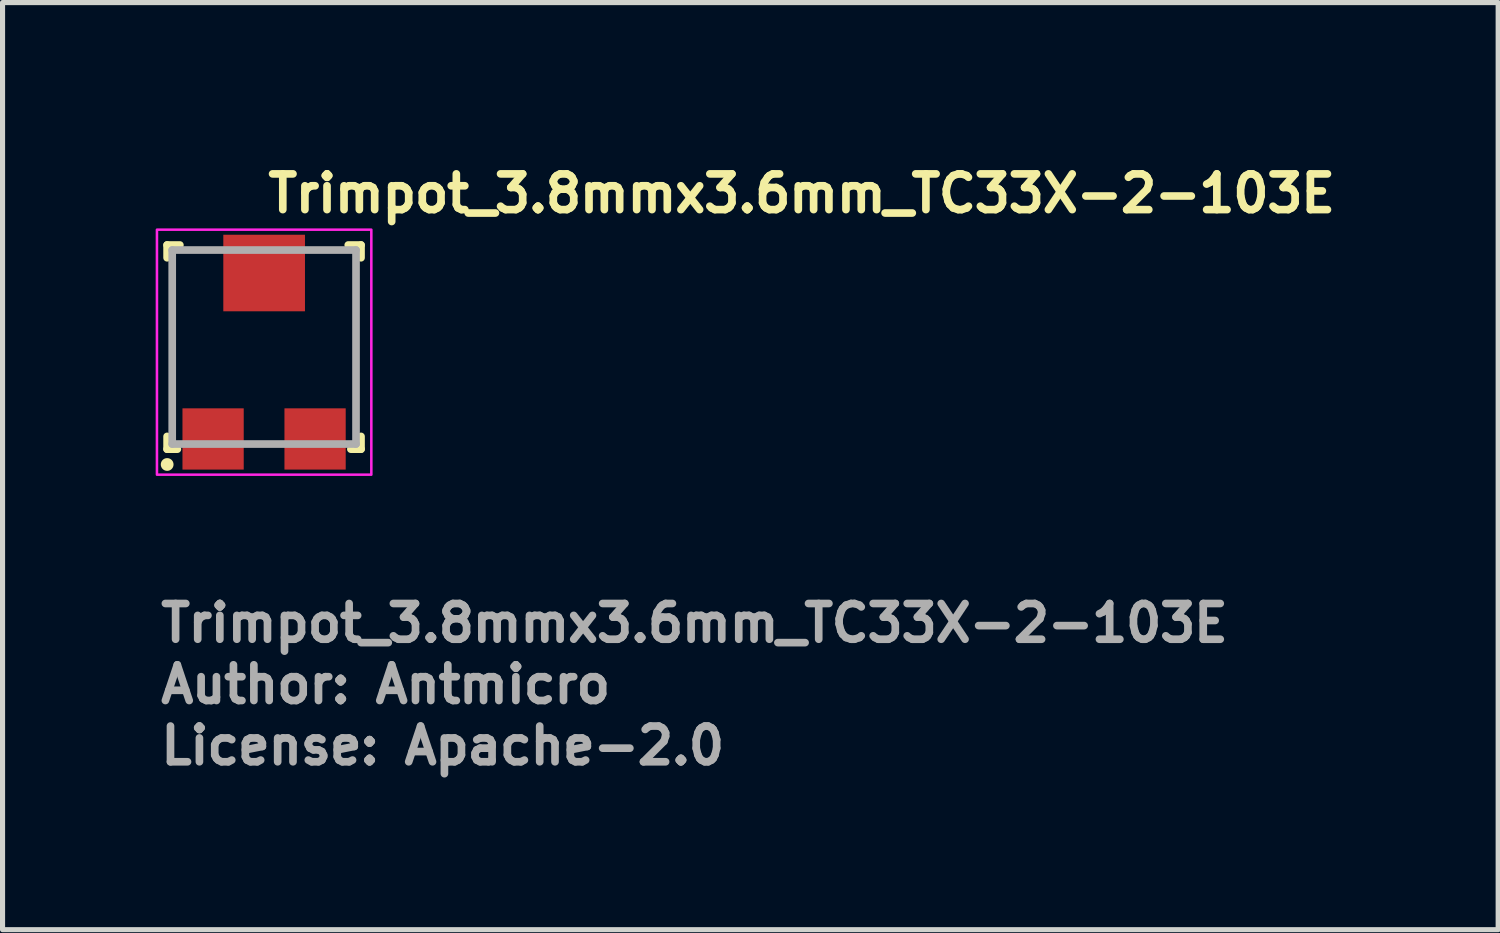
<source format=kicad_pcb>
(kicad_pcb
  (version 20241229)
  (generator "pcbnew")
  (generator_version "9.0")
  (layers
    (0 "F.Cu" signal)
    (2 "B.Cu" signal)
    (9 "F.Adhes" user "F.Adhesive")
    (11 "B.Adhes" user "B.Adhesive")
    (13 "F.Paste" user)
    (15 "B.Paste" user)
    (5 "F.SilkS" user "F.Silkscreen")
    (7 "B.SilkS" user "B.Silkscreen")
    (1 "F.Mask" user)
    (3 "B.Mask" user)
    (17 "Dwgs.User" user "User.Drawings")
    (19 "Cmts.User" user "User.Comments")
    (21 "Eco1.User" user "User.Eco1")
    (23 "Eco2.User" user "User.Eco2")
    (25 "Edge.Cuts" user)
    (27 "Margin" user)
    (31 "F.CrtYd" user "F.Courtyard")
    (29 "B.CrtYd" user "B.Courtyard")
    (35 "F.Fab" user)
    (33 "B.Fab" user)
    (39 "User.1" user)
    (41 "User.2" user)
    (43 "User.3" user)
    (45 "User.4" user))
  (footprint "Trimpot_3.8mmx3.6mm_TC33X-2-103E"
    (layer "F.Cu")
    (at 2.125 3.85)
    (property "Reference" "Trimpot_3.8mmx3.6mm_TC33X-2-103E" (at 0 -2.7 0) (layer "F.SilkS") (effects (font (size 0.7 0.7) (thickness 0.15)) (justify left bottom)))
    (attr smd)
    (fp_line (start -1.901 -2.1) (end -1.901 -1.85) (stroke (width 0.15) (type solid)) (layer "F.SilkS"))
    (fp_line (start -1.901 -2.1) (end -1.651 -2.1) (stroke (width 0.15) (type solid)) (layer "F.SilkS"))
    (fp_line (start -1.901 1.65) (end -1.901 1.9) (stroke (width 0.15) (type solid)) (layer "F.SilkS"))
    (fp_line (start -1.901 1.9) (end -1.7 1.9) (stroke (width 0.15) (type solid)) (layer "F.SilkS"))
    (fp_line (start 1.898 -2.1) (end 1.648 -2.1) (stroke (width 0.15) (type solid)) (layer "F.SilkS"))
    (fp_line (start 1.898 -2.1) (end 1.898 -1.85) (stroke (width 0.15) (type solid)) (layer "F.SilkS"))
    (fp_line (start 1.898 1.9) (end 1.699 1.9) (stroke (width 0.15) (type solid)) (layer "F.SilkS"))
    (fp_line (start 1.898 1.9) (end 1.898 1.65) (stroke (width 0.15) (type solid)) (layer "F.SilkS"))
    (fp_circle (center -1.9 2.2) (end -1.85 2.2) (stroke (width 0.15) (type solid)) (fill yes) (layer "F.SilkS"))
    (fp_rect (start -2.1 -2.4) (end 2.1 2.4) (stroke (width 0.05) (type solid)) (fill no) (layer "F.CrtYd"))
    (fp_line (start -1.801 -2.001) (end -1.801 1.799) (stroke (width 0.15) (type solid)) (layer "F.Fab"))
    (fp_line (start -1.801 -2.001) (end 1.8 -2.001) (stroke (width 0.15) (type solid)) (layer "F.Fab"))
    (fp_line (start -1.801 1.799) (end 1.8 1.799) (stroke (width 0.15) (type solid)) (layer "F.Fab"))
    (fp_line (start 1.8 1.799) (end 1.8 -2.001) (stroke (width 0.15) (type solid)) (layer "F.Fab"))
    (fp_rect (start -1.801 -2.15) (end 1.8 1.813) (stroke (width 0.1) (type solid)) (fill no) (layer "User.5"))
    (fp_line (start -1.801 -1.7) (end -1.5 -2.001) (stroke (width 0.02) (type solid)) (layer "User.9"))
    (fp_line (start -1.801 -0.208) (end -1.799 -0.109) (stroke (width 0.02) (type solid)) (layer "User.9"))
    (fp_line (start -1.801 1.75) (end -1.801 -1.7) (stroke (width 0.02) (type solid)) (layer "User.9"))
    (fp_line (start -1.801 1.799) (end -1.801 1.75) (stroke (width 0.02) (type solid)) (layer "User.9"))
    (fp_line (start -1.799 -0.109) (end -1.79 -0.01) (stroke (width 0.02) (type solid)) (layer "User.9"))
    (fp_line (start -1.797 -0.309) (end -1.801 -0.208) (stroke (width 0.02) (type solid)) (layer "User.9"))
    (fp_line (start -1.79 -0.01) (end -1.778 0.089) (stroke (width 0.02) (type solid)) (layer "User.9"))
    (fp_line (start -1.788 -0.409) (end -1.797 -0.309) (stroke (width 0.02) (type solid)) (layer "User.9"))
    (fp_line (start -1.788 -0.409) (end -1.788 -0.409) (stroke (width 0.02) (type solid)) (layer "User.9"))
    (fp_line (start -1.778 0.089) (end -1.76 0.185) (stroke (width 0.02) (type solid)) (layer "User.9"))
    (fp_line (start -1.774 -0.509) (end -1.788 -0.409) (stroke (width 0.02) (type solid)) (layer "User.9"))
    (fp_line (start -1.76 0.185) (end -1.736 0.282) (stroke (width 0.02) (type solid)) (layer "User.9"))
    (fp_line (start -1.754 -0.607) (end -1.774 -0.509) (stroke (width 0.02) (type solid)) (layer "User.9"))
    (fp_line (start -1.736 0.282) (end -1.706 0.376) (stroke (width 0.02) (type solid)) (layer "User.9"))
    (fp_line (start -1.73 -0.704) (end -1.754 -0.607) (stroke (width 0.02) (type solid)) (layer "User.9"))
    (fp_line (start -1.706 0.376) (end -1.672 0.468) (stroke (width 0.02) (type solid)) (layer "User.9"))
    (fp_line (start -1.698 -0.798) (end -1.73 -0.704) (stroke (width 0.02) (type solid)) (layer "User.9"))
    (fp_line (start -1.672 0.468) (end -1.633 0.558) (stroke (width 0.02) (type solid)) (layer "User.9"))
    (fp_line (start -1.663 -0.89) (end -1.698 -0.798) (stroke (width 0.02) (type solid)) (layer "User.9"))
    (fp_line (start -1.633 0.558) (end -1.589 0.648) (stroke (width 0.02) (type solid)) (layer "User.9"))
    (fp_line (start -1.623 -0.981) (end -1.663 -0.89) (stroke (width 0.02) (type solid)) (layer "User.9"))
    (fp_line (start -1.589 0.648) (end -1.539 0.734) (stroke (width 0.02) (type solid)) (layer "User.9"))
    (fp_line (start -1.577 -1.069) (end -1.623 -0.981) (stroke (width 0.02) (type solid)) (layer "User.9"))
    (fp_line (start -1.539 0.734) (end -1.486 0.816) (stroke (width 0.02) (type solid)) (layer "User.9"))
    (fp_line (start -1.528 -1.153) (end -1.577 -1.069) (stroke (width 0.02) (type solid)) (layer "User.9"))
    (fp_line (start -1.5 -2.001) (end -0.75 -2.001) (stroke (width 0.02) (type solid)) (layer "User.9"))
    (fp_line (start -1.486 0.816) (end -1.428 0.898) (stroke (width 0.02) (type solid)) (layer "User.9"))
    (fp_line (start -1.474 -1.235) (end -1.528 -1.153) (stroke (width 0.02) (type solid)) (layer "User.9"))
    (fp_line (start -1.428 0.898) (end -1.365 0.976) (stroke (width 0.02) (type solid)) (layer "User.9"))
    (fp_line (start -1.414 -1.315) (end -1.474 -1.235) (stroke (width 0.02) (type solid)) (layer "User.9"))
    (fp_line (start -1.365 0.976) (end -1.297 1.049) (stroke (width 0.02) (type solid)) (layer "User.9"))
    (fp_line (start -1.351 -1.392) (end -1.414 -1.315) (stroke (width 0.02) (type solid)) (layer "User.9"))
    (fp_line (start -1.351 1.775) (end -1.351 0.991) (stroke (width 0.02) (type solid)) (layer "User.9"))
    (fp_line (start -1.351 1.799) (end -1.801 1.799) (stroke (width 0.02) (type solid)) (layer "User.9"))
    (fp_line (start -1.351 1.799) (end -1.801 1.799) (stroke (width 0.02) (type solid)) (layer "User.9"))
    (fp_line (start -1.351 1.813) (end -1.351 1.775) (stroke (width 0.02) (type solid)) (layer "User.9"))
    (fp_line (start -1.351 1.813) (end -0.402 1.813) (stroke (width 0.02) (type solid)) (layer "User.9"))
    (fp_line (start -1.297 1.049) (end -0.896 1.049) (stroke (width 0.02) (type solid)) (layer "User.9"))
    (fp_line (start -1.283 -1.463) (end -1.351 -1.392) (stroke (width 0.02) (type solid)) (layer "User.9"))
    (fp_line (start -1.25 -0.475) (end -0.806 -0.475) (stroke (width 0.02) (type solid)) (layer "User.9"))
    (fp_line (start -1.25 0.074) (end -1.25 -0.475) (stroke (width 0.02) (type solid)) (layer "User.9"))
    (fp_line (start -1.212 -1.533) (end -1.283 -1.463) (stroke (width 0.02) (type solid)) (layer "User.9"))
    (fp_line (start -1.137 -1.598) (end -1.212 -1.533) (stroke (width 0.02) (type solid)) (layer "User.9"))
    (fp_line (start -1.057 -1.658) (end -1.137 -1.598) (stroke (width 0.02) (type solid)) (layer "User.9"))
    (fp_line (start -0.973 -1.715) (end -1.057 -1.658) (stroke (width 0.02) (type solid)) (layer "User.9"))
    (fp_line (start -0.896 1.049) (end -0.896 1.4) (stroke (width 0.02) (type solid)) (layer "User.9"))
    (fp_line (start -0.896 1.4) (end 0.894 1.4) (stroke (width 0.02) (type solid)) (layer "User.9"))
    (fp_line (start -0.806 -0.475) (end -0.797 -0.499) (stroke (width 0.02) (type solid)) (layer "User.9"))
    (fp_line (start -0.806 -0.475) (end -0.699 -0.475) (stroke (width 0.02) (type solid)) (layer "User.9"))
    (fp_line (start -0.806 0.074) (end -1.25 0.074) (stroke (width 0.02) (type solid)) (layer "User.9"))
    (fp_line (start -0.802 -0.2) (end -0.801 -0.236) (stroke (width 0.02) (type solid)) (layer "User.9"))
    (fp_line (start -0.801 -0.236) (end -0.798 -0.271) (stroke (width 0.02) (type solid)) (layer "User.9"))
    (fp_line (start -0.801 -0.165) (end -0.802 -0.2) (stroke (width 0.02) (type solid)) (layer "User.9"))
    (fp_line (start -0.798 -0.271) (end -0.795 -0.305) (stroke (width 0.02) (type solid)) (layer "User.9"))
    (fp_line (start -0.798 -0.131) (end -0.801 -0.165) (stroke (width 0.02) (type solid)) (layer "User.9"))
    (fp_line (start -0.797 -0.499) (end -0.789 -0.521) (stroke (width 0.02) (type solid)) (layer "User.9"))
    (fp_line (start -0.797 0.098) (end -0.806 0.074) (stroke (width 0.02) (type solid)) (layer "User.9"))
    (fp_line (start -0.795 -0.305) (end -0.789 -0.34) (stroke (width 0.02) (type solid)) (layer "User.9"))
    (fp_line (start -0.795 -0.096) (end -0.798 -0.131) (stroke (width 0.02) (type solid)) (layer "User.9"))
    (fp_line (start -0.789 -0.521) (end -0.779 -0.543) (stroke (width 0.02) (type solid)) (layer "User.9"))
    (fp_line (start -0.789 -0.34) (end -0.782 -0.374) (stroke (width 0.02) (type solid)) (layer "User.9"))
    (fp_line (start -0.789 -0.062) (end -0.795 -0.096) (stroke (width 0.02) (type solid)) (layer "User.9"))
    (fp_line (start -0.789 0.12) (end -0.797 0.098) (stroke (width 0.02) (type solid)) (layer "User.9"))
    (fp_line (start -0.787 0.074) (end -0.752 0.074) (stroke (width 0.02) (type solid)) (layer "User.9"))
    (fp_line (start -0.782 -0.374) (end -0.774 -0.408) (stroke (width 0.02) (type solid)) (layer "User.9"))
    (fp_line (start -0.782 -0.026) (end -0.789 -0.062) (stroke (width 0.02) (type solid)) (layer "User.9"))
    (fp_line (start -0.779 -0.543) (end -0.768 -0.566) (stroke (width 0.02) (type solid)) (layer "User.9"))
    (fp_line (start -0.779 0.143) (end -0.789 0.12) (stroke (width 0.02) (type solid)) (layer "User.9"))
    (fp_line (start -0.774 -0.408) (end -0.763 -0.442) (stroke (width 0.02) (type solid)) (layer "User.9"))
    (fp_line (start -0.774 0.007) (end -0.782 -0.026) (stroke (width 0.02) (type solid)) (layer "User.9"))
    (fp_line (start -0.768 -0.566) (end -0.757 -0.587) (stroke (width 0.02) (type solid)) (layer "User.9"))
    (fp_line (start -0.768 0.166) (end -0.779 0.143) (stroke (width 0.02) (type solid)) (layer "User.9"))
    (fp_line (start -0.763 -0.442) (end -0.752 -0.475) (stroke (width 0.02) (type solid)) (layer "User.9"))
    (fp_line (start -0.763 0.041) (end -0.774 0.007) (stroke (width 0.02) (type solid)) (layer "User.9"))
    (fp_line (start -0.757 -0.587) (end -0.746 -0.608) (stroke (width 0.02) (type solid)) (layer "User.9"))
    (fp_line (start -0.757 0.187) (end -0.768 0.166) (stroke (width 0.02) (type solid)) (layer "User.9"))
    (fp_line (start -0.754 -0.475) (end -0.752 -0.475) (stroke (width 0.02) (type solid)) (layer "User.9"))
    (fp_line (start -0.752 0.074) (end -0.763 0.041) (stroke (width 0.02) (type solid)) (layer "User.9"))
    (fp_line (start -0.75 -1.715) (end -0.75 -2.001) (stroke (width 0.02) (type solid)) (layer "User.9"))
    (fp_line (start -0.75 -0.236) (end -0.747 -0.271) (stroke (width 0.02) (type solid)) (layer "User.9"))
    (fp_line (start -0.75 -0.2) (end -0.75 -0.236) (stroke (width 0.02) (type solid)) (layer "User.9"))
    (fp_line (start -0.75 -0.165) (end -0.75 -0.2) (stroke (width 0.02) (type solid)) (layer "User.9"))
    (fp_line (start -0.747 -0.271) (end -0.743 -0.306) (stroke (width 0.02) (type solid)) (layer "User.9"))
    (fp_line (start -0.747 -0.131) (end -0.75 -0.165) (stroke (width 0.02) (type solid)) (layer "User.9"))
    (fp_line (start -0.746 -0.608) (end -0.734 -0.63) (stroke (width 0.02) (type solid)) (layer "User.9"))
    (fp_line (start -0.746 0.208) (end -0.757 0.187) (stroke (width 0.02) (type solid)) (layer "User.9"))
    (fp_line (start -0.743 -0.306) (end -0.737 -0.34) (stroke (width 0.02) (type solid)) (layer "User.9"))
    (fp_line (start -0.743 -0.096) (end -0.747 -0.131) (stroke (width 0.02) (type solid)) (layer "User.9"))
    (fp_line (start -0.737 -0.34) (end -0.73 -0.375) (stroke (width 0.02) (type solid)) (layer "User.9"))
    (fp_line (start -0.737 -0.061) (end -0.743 -0.096) (stroke (width 0.02) (type solid)) (layer "User.9"))
    (fp_line (start -0.734 -0.63) (end -0.722 -0.649) (stroke (width 0.02) (type solid)) (layer "User.9"))
    (fp_line (start -0.734 0.23) (end -0.746 0.208) (stroke (width 0.02) (type solid)) (layer "User.9"))
    (fp_line (start -0.73 -2.15) (end -0.425 -2.15) (stroke (width 0.02) (type solid)) (layer "User.9"))
    (fp_line (start -0.73 -1.715) (end -0.73 -2.15) (stroke (width 0.02) (type solid)) (layer "User.9"))
    (fp_line (start -0.73 -0.375) (end -0.721 -0.408) (stroke (width 0.02) (type solid)) (layer "User.9"))
    (fp_line (start -0.73 -0.026) (end -0.737 -0.061) (stroke (width 0.02) (type solid)) (layer "User.9"))
    (fp_line (start -0.722 -0.649) (end -0.709 -0.67) (stroke (width 0.02) (type solid)) (layer "User.9"))
    (fp_line (start -0.722 0.25) (end -0.734 0.23) (stroke (width 0.02) (type solid)) (layer "User.9"))
    (fp_line (start -0.721 -0.408) (end -0.711 -0.442) (stroke (width 0.02) (type solid)) (layer "User.9"))
    (fp_line (start -0.721 0.007) (end -0.73 -0.026) (stroke (width 0.02) (type solid)) (layer "User.9"))
    (fp_line (start -0.711 -0.442) (end -0.699 -0.475) (stroke (width 0.02) (type solid)) (layer "User.9"))
    (fp_line (start -0.711 0.041) (end -0.721 0.007) (stroke (width 0.02) (type solid)) (layer "User.9"))
    (fp_line (start -0.709 -0.67) (end -0.696 -0.691) (stroke (width 0.02) (type solid)) (layer "User.9"))
    (fp_line (start -0.709 0.27) (end -0.722 0.25) (stroke (width 0.02) (type solid)) (layer "User.9"))
    (fp_line (start -0.704 0.074) (end -0.699 0.074) (stroke (width 0.02) (type solid)) (layer "User.9"))
    (fp_line (start -0.701 -0.234) (end -0.701 -0.218) (stroke (width 0.02) (type solid)) (layer "User.9"))
    (fp_line (start -0.701 -0.218) (end -0.701 -0.2) (stroke (width 0.02) (type solid)) (layer "User.9"))
    (fp_line (start -0.701 -0.2) (end -0.701 -0.2) (stroke (width 0.02) (type solid)) (layer "User.9"))
    (fp_line (start -0.701 -0.2) (end -0.701 -0.183) (stroke (width 0.02) (type solid)) (layer "User.9"))
    (fp_line (start -0.701 -0.183) (end -0.701 -0.167) (stroke (width 0.02) (type solid)) (layer "User.9"))
    (fp_line (start -0.701 -0.167) (end -0.7 -0.15) (stroke (width 0.02) (type solid)) (layer "User.9"))
    (fp_line (start -0.7 -0.251) (end -0.701 -0.234) (stroke (width 0.02) (type solid)) (layer "User.9"))
    (fp_line (start -0.7 -0.15) (end -0.698 -0.134) (stroke (width 0.02) (type solid)) (layer "User.9"))
    (fp_line (start -0.699 -0.475) (end -0.684 -0.512) (stroke (width 0.02) (type solid)) (layer "User.9"))
    (fp_line (start -0.699 0.074) (end -0.806 0.074) (stroke (width 0.02) (type solid)) (layer "User.9"))
    (fp_line (start -0.699 0.074) (end -0.711 0.041) (stroke (width 0.02) (type solid)) (layer "User.9"))
    (fp_line (start -0.698 -0.267) (end -0.7 -0.251) (stroke (width 0.02) (type solid)) (layer "User.9"))
    (fp_line (start -0.698 -0.134) (end -0.697 -0.118) (stroke (width 0.02) (type solid)) (layer "User.9"))
    (fp_line (start -0.697 -0.283) (end -0.698 -0.267) (stroke (width 0.02) (type solid)) (layer "User.9"))
    (fp_line (start -0.697 -0.118) (end -0.695 -0.101) (stroke (width 0.02) (type solid)) (layer "User.9"))
    (fp_line (start -0.696 -0.691) (end -0.682 -0.71) (stroke (width 0.02) (type solid)) (layer "User.9"))
    (fp_line (start -0.696 0.29) (end -0.709 0.27) (stroke (width 0.02) (type solid)) (layer "User.9"))
    (fp_line (start -0.695 -0.3) (end -0.697 -0.283) (stroke (width 0.02) (type solid)) (layer "User.9"))
    (fp_line (start -0.695 -0.101) (end -0.692 -0.085) (stroke (width 0.02) (type solid)) (layer "User.9"))
    (fp_line (start -0.692 -0.315) (end -0.695 -0.3) (stroke (width 0.02) (type solid)) (layer "User.9"))
    (fp_line (start -0.692 -0.085) (end -0.689 -0.069) (stroke (width 0.02) (type solid)) (layer "User.9"))
    (fp_line (start -0.689 -0.332) (end -0.692 -0.315) (stroke (width 0.02) (type solid)) (layer "User.9"))
    (fp_line (start -0.689 -0.069) (end -0.686 -0.053) (stroke (width 0.02) (type solid)) (layer "User.9"))
    (fp_line (start -0.686 -0.347) (end -0.689 -0.332) (stroke (width 0.02) (type solid)) (layer "User.9"))
    (fp_line (start -0.686 -0.053) (end -0.682 -0.037) (stroke (width 0.02) (type solid)) (layer "User.9"))
    (fp_line (start -0.684 -0.512) (end -0.667 -0.545) (stroke (width 0.02) (type solid)) (layer "User.9"))
    (fp_line (start -0.684 0.111) (end -0.699 0.074) (stroke (width 0.02) (type solid)) (layer "User.9"))
    (fp_line (start -0.682 -0.71) (end -0.667 -0.729) (stroke (width 0.02) (type solid)) (layer "User.9"))
    (fp_line (start -0.682 -0.364) (end -0.686 -0.347) (stroke (width 0.02) (type solid)) (layer "User.9"))
    (fp_line (start -0.682 -0.037) (end -0.678 -0.022) (stroke (width 0.02) (type solid)) (layer "User.9"))
    (fp_line (start -0.682 0.31) (end -0.696 0.29) (stroke (width 0.02) (type solid)) (layer "User.9"))
    (fp_line (start -0.678 -0.379) (end -0.682 -0.364) (stroke (width 0.02) (type solid)) (layer "User.9"))
    (fp_line (start -0.678 -0.022) (end -0.674 -0.005) (stroke (width 0.02) (type solid)) (layer "User.9"))
    (fp_line (start -0.674 -0.396) (end -0.678 -0.379) (stroke (width 0.02) (type solid)) (layer "User.9"))
    (fp_line (start -0.674 -0.005) (end -0.669 0.01) (stroke (width 0.02) (type solid)) (layer "User.9"))
    (fp_line (start -0.669 -0.411) (end -0.674 -0.396) (stroke (width 0.02) (type solid)) (layer "User.9"))
    (fp_line (start -0.669 0.01) (end -0.664 0.026) (stroke (width 0.02) (type solid)) (layer "User.9"))
    (fp_line (start -0.667 -0.729) (end -0.652 -0.747) (stroke (width 0.02) (type solid)) (layer "User.9"))
    (fp_line (start -0.667 -0.545) (end -0.649 -0.58) (stroke (width 0.02) (type solid)) (layer "User.9"))
    (fp_line (start -0.667 0.145) (end -0.684 0.111) (stroke (width 0.02) (type solid)) (layer "User.9"))
    (fp_line (start -0.667 0.328) (end -0.682 0.31) (stroke (width 0.02) (type solid)) (layer "User.9"))
    (fp_line (start -0.664 -0.427) (end -0.669 -0.411) (stroke (width 0.02) (type solid)) (layer "User.9"))
    (fp_line (start -0.664 0.026) (end -0.658 0.041) (stroke (width 0.02) (type solid)) (layer "User.9"))
    (fp_line (start -0.658 -0.443) (end -0.664 -0.427) (stroke (width 0.02) (type solid)) (layer "User.9"))
    (fp_line (start -0.658 0.041) (end -0.652 0.058) (stroke (width 0.02) (type solid)) (layer "User.9"))
    (fp_line (start -0.652 -0.747) (end -0.635 -0.765) (stroke (width 0.02) (type solid)) (layer "User.9"))
    (fp_line (start -0.652 -0.458) (end -0.658 -0.443) (stroke (width 0.02) (type solid)) (layer "User.9"))
    (fp_line (start -0.652 -0.458) (end -0.652 -0.458) (stroke (width 0.02) (type solid)) (layer "User.9"))
    (fp_line (start -0.652 0.058) (end -0.652 0.058) (stroke (width 0.02) (type solid)) (layer "User.9"))
    (fp_line (start -0.652 0.058) (end -0.645 0.074) (stroke (width 0.02) (type solid)) (layer "User.9"))
    (fp_line (start -0.652 0.348) (end -0.667 0.328) (stroke (width 0.02) (type solid)) (layer "User.9"))
    (fp_line (start -0.649 -0.58) (end -0.627 -0.612) (stroke (width 0.02) (type solid)) (layer "User.9"))
    (fp_line (start -0.649 0.179) (end -0.667 0.145) (stroke (width 0.02) (type solid)) (layer "User.9"))
    (fp_line (start -0.645 -0.474) (end -0.652 -0.458) (stroke (width 0.02) (type solid)) (layer "User.9"))
    (fp_line (start -0.645 0.074) (end -0.637 0.091) (stroke (width 0.02) (type solid)) (layer "User.9"))
    (fp_line (start -0.637 -0.492) (end -0.645 -0.474) (stroke (width 0.02) (type solid)) (layer "User.9"))
    (fp_line (start -0.637 0.091) (end -0.63 0.107) (stroke (width 0.02) (type solid)) (layer "User.9"))
    (fp_line (start -0.635 -0.765) (end -0.619 -0.783) (stroke (width 0.02) (type solid)) (layer "User.9"))
    (fp_line (start -0.635 0.366) (end -0.652 0.348) (stroke (width 0.02) (type solid)) (layer "User.9"))
    (fp_line (start -0.63 -0.508) (end -0.637 -0.492) (stroke (width 0.02) (type solid)) (layer "User.9"))
    (fp_line (start -0.63 0.107) (end -0.622 0.122) (stroke (width 0.02) (type solid)) (layer "User.9"))
    (fp_line (start -0.627 -0.612) (end -0.605 -0.644) (stroke (width 0.02) (type solid)) (layer "User.9"))
    (fp_line (start -0.627 0.211) (end -0.649 0.179) (stroke (width 0.02) (type solid)) (layer "User.9"))
    (fp_line (start -0.622 -0.523) (end -0.63 -0.508) (stroke (width 0.02) (type solid)) (layer "User.9"))
    (fp_line (start -0.622 0.122) (end -0.613 0.138) (stroke (width 0.02) (type solid)) (layer "User.9"))
    (fp_line (start -0.619 -0.783) (end -0.602 -0.801) (stroke (width 0.02) (type solid)) (layer "User.9"))
    (fp_line (start -0.619 0.384) (end -0.635 0.366) (stroke (width 0.02) (type solid)) (layer "User.9"))
    (fp_line (start -0.613 -0.539) (end -0.622 -0.523) (stroke (width 0.02) (type solid)) (layer "User.9"))
    (fp_line (start -0.613 0.138) (end -0.604 0.154) (stroke (width 0.02) (type solid)) (layer "User.9"))
    (fp_line (start -0.605 -0.644) (end -0.582 -0.674) (stroke (width 0.02) (type solid)) (layer "User.9"))
    (fp_line (start -0.605 0.244) (end -0.627 0.211) (stroke (width 0.02) (type solid)) (layer "User.9"))
    (fp_line (start -0.604 -0.555) (end -0.613 -0.539) (stroke (width 0.02) (type solid)) (layer "User.9"))
    (fp_line (start -0.604 0.154) (end -0.595 0.17) (stroke (width 0.02) (type solid)) (layer "User.9"))
    (fp_line (start -0.602 -0.801) (end -0.602 -0.801) (stroke (width 0.02) (type solid)) (layer "User.9"))
    (fp_line (start -0.602 -0.801) (end -0.584 -0.819) (stroke (width 0.02) (type solid)) (layer "User.9"))
    (fp_line (start -0.602 0.401) (end -0.619 0.384) (stroke (width 0.02) (type solid)) (layer "User.9"))
    (fp_line (start -0.602 0.401) (end -0.602 0.401) (stroke (width 0.02) (type solid)) (layer "User.9"))
    (fp_line (start -0.595 -0.57) (end -0.604 -0.555) (stroke (width 0.02) (type solid)) (layer "User.9"))
    (fp_line (start -0.595 0.17) (end -0.586 0.184) (stroke (width 0.02) (type solid)) (layer "User.9"))
    (fp_line (start -0.586 -0.585) (end -0.595 -0.57) (stroke (width 0.02) (type solid)) (layer "User.9"))
    (fp_line (start -0.586 0.184) (end -0.577 0.198) (stroke (width 0.02) (type solid)) (layer "User.9"))
    (fp_line (start -0.584 -0.819) (end -0.567 -0.835) (stroke (width 0.02) (type solid)) (layer "User.9"))
    (fp_line (start -0.584 0.417) (end -0.602 0.401) (stroke (width 0.02) (type solid)) (layer "User.9"))
    (fp_line (start -0.582 -0.674) (end -0.558 -0.704) (stroke (width 0.02) (type solid)) (layer "User.9"))
    (fp_line (start -0.582 0.273) (end -0.605 0.244) (stroke (width 0.02) (type solid)) (layer "User.9"))
    (fp_line (start -0.577 -0.599) (end -0.586 -0.585) (stroke (width 0.02) (type solid)) (layer "User.9"))
    (fp_line (start -0.577 0.198) (end -0.566 0.213) (stroke (width 0.02) (type solid)) (layer "User.9"))
    (fp_line (start -0.573 -0.2) (end -0.572 -0.163) (stroke (width 0.02) (type solid)) (layer "User.9"))
    (fp_line (start -0.572 -0.238) (end -0.573 -0.2) (stroke (width 0.02) (type solid)) (layer "User.9"))
    (fp_line (start -0.572 -0.163) (end -0.568 -0.126) (stroke (width 0.02) (type solid)) (layer "User.9"))
    (fp_line (start -0.568 -0.274) (end -0.572 -0.238) (stroke (width 0.02) (type solid)) (layer "User.9"))
    (fp_line (start -0.568 -0.126) (end -0.562 -0.09) (stroke (width 0.02) (type solid)) (layer "User.9"))
    (fp_line (start -0.567 -0.835) (end -0.549 -0.851) (stroke (width 0.02) (type solid)) (layer "User.9"))
    (fp_line (start -0.567 0.434) (end -0.584 0.417) (stroke (width 0.02) (type solid)) (layer "User.9"))
    (fp_line (start -0.566 -0.614) (end -0.577 -0.599) (stroke (width 0.02) (type solid)) (layer "User.9"))
    (fp_line (start -0.566 0.213) (end -0.556 0.228) (stroke (width 0.02) (type solid)) (layer "User.9"))
    (fp_line (start -0.562 -0.311) (end -0.568 -0.274) (stroke (width 0.02) (type solid)) (layer "User.9"))
    (fp_line (start -0.562 -0.09) (end -0.554 -0.053) (stroke (width 0.02) (type solid)) (layer "User.9"))
    (fp_line (start -0.558 -0.704) (end -0.532 -0.731) (stroke (width 0.02) (type solid)) (layer "User.9"))
    (fp_line (start -0.558 0.303) (end -0.582 0.273) (stroke (width 0.02) (type solid)) (layer "User.9"))
    (fp_line (start -0.556 -0.629) (end -0.566 -0.614) (stroke (width 0.02) (type solid)) (layer "User.9"))
    (fp_line (start -0.556 0.228) (end -0.545 0.242) (stroke (width 0.02) (type solid)) (layer "User.9"))
    (fp_line (start -0.554 -0.347) (end -0.562 -0.311) (stroke (width 0.02) (type solid)) (layer "User.9"))
    (fp_line (start -0.554 -0.053) (end -0.543 -0.018) (stroke (width 0.02) (type solid)) (layer "User.9"))
    (fp_line (start -0.549 -0.851) (end -0.53 -0.867) (stroke (width 0.02) (type solid)) (layer "User.9"))
    (fp_line (start -0.548 0.45) (end -0.567 0.434) (stroke (width 0.02) (type solid)) (layer "User.9"))
    (fp_line (start -0.545 -0.643) (end -0.556 -0.629) (stroke (width 0.02) (type solid)) (layer "User.9"))
    (fp_line (start -0.545 0.242) (end -0.533 0.255) (stroke (width 0.02) (type solid)) (layer "User.9"))
    (fp_line (start -0.543 -0.382) (end -0.554 -0.347) (stroke (width 0.02) (type solid)) (layer "User.9"))
    (fp_line (start -0.543 -0.018) (end -0.53 0.017) (stroke (width 0.02) (type solid)) (layer "User.9"))
    (fp_line (start -0.533 -0.655) (end -0.545 -0.643) (stroke (width 0.02) (type solid)) (layer "User.9"))
    (fp_line (start -0.533 0.255) (end -0.521 0.268) (stroke (width 0.02) (type solid)) (layer "User.9"))
    (fp_line (start -0.532 -0.731) (end -0.503 -0.756) (stroke (width 0.02) (type solid)) (layer "User.9"))
    (fp_line (start -0.532 0.329) (end -0.558 0.303) (stroke (width 0.02) (type solid)) (layer "User.9"))
    (fp_line (start -0.53 -0.867) (end -0.51 -0.88) (stroke (width 0.02) (type solid)) (layer "User.9"))
    (fp_line (start -0.53 -0.418) (end -0.543 -0.382) (stroke (width 0.02) (type solid)) (layer "User.9"))
    (fp_line (start -0.53 0.017) (end -0.514 0.051) (stroke (width 0.02) (type solid)) (layer "User.9"))
    (fp_line (start -0.53 0.465) (end -0.548 0.45) (stroke (width 0.02) (type solid)) (layer "User.9"))
    (fp_line (start -0.521 -0.669) (end -0.533 -0.655) (stroke (width 0.02) (type solid)) (layer "User.9"))
    (fp_line (start -0.521 0.268) (end -0.508 0.282) (stroke (width 0.02) (type solid)) (layer "User.9"))
    (fp_line (start -0.514 -0.453) (end -0.53 -0.418) (stroke (width 0.02) (type solid)) (layer "User.9"))
    (fp_line (start -0.514 0.051) (end -0.495 0.085) (stroke (width 0.02) (type solid)) (layer "User.9"))
    (fp_line (start -0.51 -0.88) (end -0.491 -0.895) (stroke (width 0.02) (type solid)) (layer "User.9"))
    (fp_line (start -0.51 0.481) (end -0.53 0.465) (stroke (width 0.02) (type solid)) (layer "User.9"))
    (fp_line (start -0.508 -0.683) (end -0.521 -0.669) (stroke (width 0.02) (type solid)) (layer "User.9"))
    (fp_line (start -0.508 0.282) (end -0.495 0.295) (stroke (width 0.02) (type solid)) (layer "User.9"))
    (fp_line (start -0.503 -0.756) (end -0.475 -0.781) (stroke (width 0.02) (type solid)) (layer "User.9"))
    (fp_line (start -0.503 0.357) (end -0.532 0.329) (stroke (width 0.02) (type solid)) (layer "User.9"))
    (fp_line (start -0.495 -0.696) (end -0.508 -0.683) (stroke (width 0.02) (type solid)) (layer "User.9"))
    (fp_line (start -0.495 -0.696) (end -0.495 -0.696) (stroke (width 0.02) (type solid)) (layer "User.9"))
    (fp_line (start -0.495 -0.486) (end -0.514 -0.453) (stroke (width 0.02) (type solid)) (layer "User.9"))
    (fp_line (start -0.495 -0.486) (end -0.495 -0.486) (stroke (width 0.02) (type solid)) (layer "User.9"))
    (fp_line (start -0.495 0.085) (end -0.495 0.085) (stroke (width 0.02) (type solid)) (layer "User.9"))
    (fp_line (start -0.495 0.085) (end -0.486 0.102) (stroke (width 0.02) (type solid)) (layer "User.9"))
    (fp_line (start -0.495 0.295) (end -0.495 0.295) (stroke (width 0.02) (type solid)) (layer "User.9"))
    (fp_line (start -0.495 0.295) (end -0.483 0.308) (stroke (width 0.02) (type solid)) (layer "User.9"))
    (fp_line (start -0.491 -0.895) (end -0.472 -0.908) (stroke (width 0.02) (type solid)) (layer "User.9"))
    (fp_line (start -0.49 0.495) (end -0.51 0.481) (stroke (width 0.02) (type solid)) (layer "User.9"))
    (fp_line (start -0.486 0.102) (end -0.476 0.118) (stroke (width 0.02) (type solid)) (layer "User.9"))
    (fp_line (start -0.483 -0.708) (end -0.495 -0.696) (stroke (width 0.02) (type solid)) (layer "User.9"))
    (fp_line (start -0.483 0.308) (end -0.471 0.319) (stroke (width 0.02) (type solid)) (layer "User.9"))
    (fp_line (start -0.476 -0.519) (end -0.495 -0.486) (stroke (width 0.02) (type solid)) (layer "User.9"))
    (fp_line (start -0.476 0.118) (end -0.465 0.133) (stroke (width 0.02) (type solid)) (layer "User.9"))
    (fp_line (start -0.475 -0.781) (end -0.444 -0.805) (stroke (width 0.02) (type solid)) (layer "User.9"))
    (fp_line (start -0.475 0.382) (end -0.503 0.357) (stroke (width 0.02) (type solid)) (layer "User.9"))
    (fp_line (start -0.472 -0.908) (end -0.452 -0.921) (stroke (width 0.02) (type solid)) (layer "User.9"))
    (fp_line (start -0.471 0.319) (end -0.457 0.331) (stroke (width 0.02) (type solid)) (layer "User.9"))
    (fp_line (start -0.471 0.509) (end -0.49 0.495) (stroke (width 0.02) (type solid)) (layer "User.9"))
    (fp_line (start -0.47 -0.721) (end -0.483 -0.708) (stroke (width 0.02) (type solid)) (layer "User.9"))
    (fp_line (start -0.465 0.133) (end -0.454 0.148) (stroke (width 0.02) (type solid)) (layer "User.9"))
    (fp_line (start -0.457 -0.733) (end -0.47 -0.721) (stroke (width 0.02) (type solid)) (layer "User.9"))
    (fp_line (start -0.457 0.331) (end -0.442 0.342) (stroke (width 0.02) (type solid)) (layer "User.9"))
    (fp_line (start -0.454 -0.549) (end -0.476 -0.519) (stroke (width 0.02) (type solid)) (layer "User.9"))
    (fp_line (start -0.454 0.148) (end -0.442 0.164) (stroke (width 0.02) (type solid)) (layer "User.9"))
    (fp_line (start -0.452 -0.921) (end -0.43 -0.934) (stroke (width 0.02) (type solid)) (layer "User.9"))
    (fp_line (start -0.451 0.522) (end -0.471 0.509) (stroke (width 0.02) (type solid)) (layer "User.9"))
    (fp_line (start -0.444 -0.805) (end -0.413 -0.828) (stroke (width 0.02) (type solid)) (layer "User.9"))
    (fp_line (start -0.444 0.405) (end -0.475 0.382) (stroke (width 0.02) (type solid)) (layer "User.9"))
    (fp_line (start -0.442 -0.744) (end -0.457 -0.733) (stroke (width 0.02) (type solid)) (layer "User.9"))
    (fp_line (start -0.442 0.164) (end -0.429 0.178) (stroke (width 0.02) (type solid)) (layer "User.9"))
    (fp_line (start -0.442 0.342) (end -0.429 0.354) (stroke (width 0.02) (type solid)) (layer "User.9"))
    (fp_line (start -0.43 -0.934) (end -0.41 -0.946) (stroke (width 0.02) (type solid)) (layer "User.9"))
    (fp_line (start -0.43 0.534) (end -0.451 0.522) (stroke (width 0.02) (type solid)) (layer "User.9"))
    (fp_line (start -0.429 -0.579) (end -0.454 -0.549) (stroke (width 0.02) (type solid)) (layer "User.9"))
    (fp_line (start -0.429 0.178) (end -0.417 0.191) (stroke (width 0.02) (type solid)) (layer "User.9"))
    (fp_line (start -0.429 0.354) (end -0.415 0.365) (stroke (width 0.02) (type solid)) (layer "User.9"))
    (fp_line (start -0.428 -0.754) (end -0.442 -0.744) (stroke (width 0.02) (type solid)) (layer "User.9"))
    (fp_line (start -0.425 -1.9) (end -0.425 -2.15) (stroke (width 0.02) (type solid)) (layer "User.9"))
    (fp_line (start -0.42 -2.001) (end 0.418 -2.001) (stroke (width 0.02) (type solid)) (layer "User.9"))
    (fp_line (start -0.42 -1.9) (end -0.425 -1.9) (stroke (width 0.02) (type solid)) (layer "User.9"))
    (fp_line (start -0.42 -1.9) (end -0.42 -2.001) (stroke (width 0.02) (type solid)) (layer "User.9"))
    (fp_line (start -0.417 0.191) (end -0.405 0.204) (stroke (width 0.02) (type solid)) (layer "User.9"))
    (fp_line (start -0.415 -0.765) (end -0.428 -0.754) (stroke (width 0.02) (type solid)) (layer "User.9"))
    (fp_line (start -0.415 0.365) (end -0.401 0.375) (stroke (width 0.02) (type solid)) (layer "User.9"))
    (fp_line (start -0.413 -0.828) (end -0.38 -0.848) (stroke (width 0.02) (type solid)) (layer "User.9"))
    (fp_line (start -0.413 0.426) (end -0.444 0.405) (stroke (width 0.02) (type solid)) (layer "User.9"))
    (fp_line (start -0.41 -0.946) (end -0.389 -0.958) (stroke (width 0.02) (type solid)) (layer "User.9"))
    (fp_line (start -0.41 0.545) (end -0.43 0.534) (stroke (width 0.02) (type solid)) (layer "User.9"))
    (fp_line (start -0.405 -0.605) (end -0.429 -0.579) (stroke (width 0.02) (type solid)) (layer "User.9"))
    (fp_line (start -0.405 0.204) (end -0.391 0.218) (stroke (width 0.02) (type solid)) (layer "User.9"))
    (fp_line (start -0.402 1.775) (end -0.402 1.4) (stroke (width 0.02) (type solid)) (layer "User.9"))
    (fp_line (start -0.402 1.813) (end -0.402 1.775) (stroke (width 0.02) (type solid)) (layer "User.9"))
    (fp_line (start -0.401 -0.775) (end -0.415 -0.765) (stroke (width 0.02) (type solid)) (layer "User.9"))
    (fp_line (start -0.401 0.375) (end -0.386 0.385) (stroke (width 0.02) (type solid)) (layer "User.9"))
    (fp_line (start -0.391 0.218) (end -0.377 0.231) (stroke (width 0.02) (type solid)) (layer "User.9"))
    (fp_line (start -0.389 -0.958) (end -0.366 -0.968) (stroke (width 0.02) (type solid)) (layer "User.9"))
    (fp_line (start -0.388 0.556) (end -0.41 0.545) (stroke (width 0.02) (type solid)) (layer "User.9"))
    (fp_line (start -0.386 -0.785) (end -0.401 -0.775) (stroke (width 0.02) (type solid)) (layer "User.9"))
    (fp_line (start -0.386 0.385) (end -0.37 0.395) (stroke (width 0.02) (type solid)) (layer "User.9"))
    (fp_line (start -0.38 -0.848) (end -0.347 -0.866) (stroke (width 0.02) (type solid)) (layer "User.9"))
    (fp_line (start -0.38 0.446) (end -0.413 0.426) (stroke (width 0.02) (type solid)) (layer "User.9"))
    (fp_line (start -0.377 -0.631) (end -0.405 -0.605) (stroke (width 0.02) (type solid)) (layer "User.9"))
    (fp_line (start -0.377 0.231) (end -0.362 0.243) (stroke (width 0.02) (type solid)) (layer "User.9"))
    (fp_line (start -0.37 -0.795) (end -0.386 -0.785) (stroke (width 0.02) (type solid)) (layer "User.9"))
    (fp_line (start -0.37 0.395) (end -0.355 0.404) (stroke (width 0.02) (type solid)) (layer "User.9"))
    (fp_line (start -0.366 -0.968) (end -0.345 -0.978) (stroke (width 0.02) (type solid)) (layer "User.9"))
    (fp_line (start -0.366 0.567) (end -0.388 0.556) (stroke (width 0.02) (type solid)) (layer "User.9"))
    (fp_line (start -0.362 0.243) (end -0.349 0.253) (stroke (width 0.02) (type solid)) (layer "User.9"))
    (fp_line (start -0.355 -0.804) (end -0.37 -0.795) (stroke (width 0.02) (type solid)) (layer "User.9"))
    (fp_line (start -0.355 0.404) (end -0.34 0.412) (stroke (width 0.02) (type solid)) (layer "User.9"))
    (fp_line (start -0.353 -1.715) (end -0.973 -1.715) (stroke (width 0.02) (type solid)) (layer "User.9"))
    (fp_line (start -0.349 -0.654) (end -0.377 -0.631) (stroke (width 0.02) (type solid)) (layer "User.9"))
    (fp_line (start -0.349 0.253) (end -0.334 0.264) (stroke (width 0.02) (type solid)) (layer "User.9"))
    (fp_line (start -0.347 -0.866) (end -0.311 -0.882) (stroke (width 0.02) (type solid)) (layer "User.9"))
    (fp_line (start -0.347 0.465) (end -0.38 0.446) (stroke (width 0.02) (type solid)) (layer "User.9"))
    (fp_line (start -0.345 -0.978) (end -0.323 -0.988) (stroke (width 0.02) (type solid)) (layer "User.9"))
    (fp_line (start -0.345 0.577) (end -0.366 0.567) (stroke (width 0.02) (type solid)) (layer "User.9"))
    (fp_line (start -0.34 -0.814) (end -0.355 -0.804) (stroke (width 0.02) (type solid)) (layer "User.9"))
    (fp_line (start -0.34 0.412) (end -0.324 0.42) (stroke (width 0.02) (type solid)) (layer "User.9"))
    (fp_line (start -0.336 -1.733) (end -0.353 -1.715) (stroke (width 0.02) (type solid)) (layer "User.9"))
    (fp_line (start -0.334 0.264) (end -0.318 0.275) (stroke (width 0.02) (type solid)) (layer "User.9"))
    (fp_line (start -0.325 -0.822) (end -0.34 -0.814) (stroke (width 0.02) (type solid)) (layer "User.9"))
    (fp_line (start -0.324 0.42) (end -0.308 0.428) (stroke (width 0.02) (type solid)) (layer "User.9"))
    (fp_line (start -0.323 -0.988) (end -0.299 -0.997) (stroke (width 0.02) (type solid)) (layer "User.9"))
    (fp_line (start -0.322 0.586) (end -0.345 0.577) (stroke (width 0.02) (type solid)) (layer "User.9"))
    (fp_line (start -0.318 -0.675) (end -0.349 -0.654) (stroke (width 0.02) (type solid)) (layer "User.9"))
    (fp_line (start -0.318 -0.2) (end -0.317 -0.221) (stroke (width 0.02) (type solid)) (layer "User.9"))
    (fp_line (start -0.318 0.275) (end -0.302 0.286) (stroke (width 0.02) (type solid)) (layer "User.9"))
    (fp_line (start -0.317 -0.221) (end -0.315 -0.241) (stroke (width 0.02) (type solid)) (layer "User.9"))
    (fp_line (start -0.317 -0.179) (end -0.318 -0.2) (stroke (width 0.02) (type solid)) (layer "User.9"))
    (fp_line (start -0.316 -1.749) (end -0.336 -1.733) (stroke (width 0.02) (type solid)) (layer "User.9"))
    (fp_line (start -0.315 -0.241) (end -0.312 -0.261) (stroke (width 0.02) (type solid)) (layer "User.9"))
    (fp_line (start -0.315 -0.159) (end -0.317 -0.179) (stroke (width 0.02) (type solid)) (layer "User.9"))
    (fp_line (start -0.312 -0.261) (end -0.307 -0.282) (stroke (width 0.02) (type solid)) (layer "User.9"))
    (fp_line (start -0.312 -0.139) (end -0.315 -0.159) (stroke (width 0.02) (type solid)) (layer "User.9"))
    (fp_line (start -0.311 -0.882) (end -0.277 -0.898) (stroke (width 0.02) (type solid)) (layer "User.9"))
    (fp_line (start -0.311 0.483) (end -0.347 0.465) (stroke (width 0.02) (type solid)) (layer "User.9"))
    (fp_line (start -0.308 -0.83) (end -0.325 -0.822) (stroke (width 0.02) (type solid)) (layer "User.9"))
    (fp_line (start -0.308 0.428) (end -0.291 0.436) (stroke (width 0.02) (type solid)) (layer "User.9"))
    (fp_line (start -0.307 -0.282) (end -0.301 -0.302) (stroke (width 0.02) (type solid)) (layer "User.9"))
    (fp_line (start -0.307 -0.118) (end -0.312 -0.139) (stroke (width 0.02) (type solid)) (layer "User.9"))
    (fp_line (start -0.302 0.286) (end -0.287 0.295) (stroke (width 0.02) (type solid)) (layer "User.9"))
    (fp_line (start -0.301 -0.302) (end -0.294 -0.321) (stroke (width 0.02) (type solid)) (layer "User.9"))
    (fp_line (start -0.301 -0.098) (end -0.307 -0.118) (stroke (width 0.02) (type solid)) (layer "User.9"))
    (fp_line (start -0.299 -0.997) (end -0.277 -1.004) (stroke (width 0.02) (type solid)) (layer "User.9"))
    (fp_line (start -0.299 0.595) (end -0.322 0.586) (stroke (width 0.02) (type solid)) (layer "User.9"))
    (fp_line (start -0.297 -1.763) (end -0.316 -1.749) (stroke (width 0.02) (type solid)) (layer "User.9"))
    (fp_line (start -0.294 -0.321) (end -0.286 -0.341) (stroke (width 0.02) (type solid)) (layer "User.9"))
    (fp_line (start -0.294 -0.08) (end -0.301 -0.098) (stroke (width 0.02) (type solid)) (layer "User.9"))
    (fp_line (start -0.291 -0.838) (end -0.308 -0.83) (stroke (width 0.02) (type solid)) (layer "User.9"))
    (fp_line (start -0.291 0.436) (end -0.276 0.443) (stroke (width 0.02) (type solid)) (layer "User.9"))
    (fp_line (start -0.287 -0.696) (end -0.318 -0.675) (stroke (width 0.02) (type solid)) (layer "User.9"))
    (fp_line (start -0.287 0.295) (end -0.271 0.304) (stroke (width 0.02) (type solid)) (layer "User.9"))
    (fp_line (start -0.286 -0.341) (end -0.276 -0.359) (stroke (width 0.02) (type solid)) (layer "User.9"))
    (fp_line (start -0.286 -0.061) (end -0.294 -0.08) (stroke (width 0.02) (type solid)) (layer "User.9"))
    (fp_line (start -0.278 -1.777) (end -0.297 -1.763) (stroke (width 0.02) (type solid)) (layer "User.9"))
    (fp_line (start -0.277 -1.451) (end 0.275 -1.451) (stroke (width 0.02) (type solid)) (layer "User.9"))
    (fp_line (start -0.277 -1.004) (end -0.277 -1.451) (stroke (width 0.02) (type solid)) (layer "User.9"))
    (fp_line (start -0.277 -0.987) (end -0.277 -0.976) (stroke (width 0.02) (type solid)) (layer "User.9"))
    (fp_line (start -0.277 -0.952) (end -0.26 -0.958) (stroke (width 0.02) (type solid)) (layer "User.9"))
    (fp_line (start -0.277 -0.903) (end -0.277 -0.898) (stroke (width 0.02) (type solid)) (layer "User.9"))
    (fp_line (start -0.277 -0.898) (end -0.277 -1.004) (stroke (width 0.02) (type solid)) (layer "User.9"))
    (fp_line (start -0.277 -0.898) (end -0.26 -0.904) (stroke (width 0.02) (type solid)) (layer "User.9"))
    (fp_line (start -0.277 0.498) (end -0.311 0.483) (stroke (width 0.02) (type solid)) (layer "User.9"))
    (fp_line (start -0.277 0.604) (end -0.299 0.595) (stroke (width 0.02) (type solid)) (layer "User.9"))
    (fp_line (start -0.277 0.604) (end -0.277 0.498) (stroke (width 0.02) (type solid)) (layer "User.9"))
    (fp_line (start -0.277 1.049) (end -0.277 0.604) (stroke (width 0.02) (type solid)) (layer "User.9"))
    (fp_line (start -0.276 -0.845) (end -0.291 -0.838) (stroke (width 0.02) (type solid)) (layer "User.9"))
    (fp_line (start -0.276 -0.359) (end -0.276 -0.359) (stroke (width 0.02) (type solid)) (layer "User.9"))
    (fp_line (start -0.276 -0.359) (end -0.271 -0.369) (stroke (width 0.02) (type solid)) (layer "User.9"))
    (fp_line (start -0.276 -0.042) (end -0.286 -0.061) (stroke (width 0.02) (type solid)) (layer "User.9"))
    (fp_line (start -0.276 -0.042) (end -0.276 -0.042) (stroke (width 0.02) (type solid)) (layer "User.9"))
    (fp_line (start -0.276 0.443) (end -0.259 0.45) (stroke (width 0.02) (type solid)) (layer "User.9"))
    (fp_line (start -0.271 -0.369) (end -0.265 -0.377) (stroke (width 0.02) (type solid)) (layer "User.9"))
    (fp_line (start -0.271 0.304) (end -0.254 0.312) (stroke (width 0.02) (type solid)) (layer "User.9"))
    (fp_line (start -0.265 -0.377) (end -0.259 -0.385) (stroke (width 0.02) (type solid)) (layer "User.9"))
    (fp_line (start -0.265 -0.024) (end -0.276 -0.042) (stroke (width 0.02) (type solid)) (layer "User.9"))
    (fp_line (start -0.26 -0.958) (end -0.242 -0.963) (stroke (width 0.02) (type solid)) (layer "User.9"))
    (fp_line (start -0.26 -0.904) (end -0.242 -0.91) (stroke (width 0.02) (type solid)) (layer "User.9"))
    (fp_line (start -0.26 0.504) (end -0.277 0.498) (stroke (width 0.02) (type solid)) (layer "User.9"))
    (fp_line (start -0.26 0.556) (end -0.277 0.55) (stroke (width 0.02) (type solid)) (layer "User.9"))
    (fp_line (start -0.259 -0.852) (end -0.276 -0.845) (stroke (width 0.02) (type solid)) (layer "User.9"))
    (fp_line (start -0.259 -0.852) (end -0.259 -0.852) (stroke (width 0.02) (type solid)) (layer "User.9"))
    (fp_line (start -0.259 -0.385) (end -0.252 -0.395) (stroke (width 0.02) (type solid)) (layer "User.9"))
    (fp_line (start -0.259 0.45) (end -0.259 0.45) (stroke (width 0.02) (type solid)) (layer "User.9"))
    (fp_line (start -0.259 0.45) (end -0.243 0.456) (stroke (width 0.02) (type solid)) (layer "User.9"))
    (fp_line (start -0.256 -1.791) (end -0.278 -1.777) (stroke (width 0.02) (type solid)) (layer "User.9"))
    (fp_line (start -0.254 -0.713) (end -0.287 -0.696) (stroke (width 0.02) (type solid)) (layer "User.9"))
    (fp_line (start -0.254 0.312) (end -0.238 0.319) (stroke (width 0.02) (type solid)) (layer "User.9"))
    (fp_line (start -0.252 -0.395) (end -0.246 -0.403) (stroke (width 0.02) (type solid)) (layer "User.9"))
    (fp_line (start -0.252 -0.006) (end -0.265 -0.024) (stroke (width 0.02) (type solid)) (layer "User.9"))
    (fp_line (start -0.246 -0.403) (end -0.24 -0.41) (stroke (width 0.02) (type solid)) (layer "User.9"))
    (fp_line (start -0.243 -0.858) (end -0.259 -0.852) (stroke (width 0.02) (type solid)) (layer "User.9"))
    (fp_line (start -0.243 0.456) (end -0.228 0.461) (stroke (width 0.02) (type solid)) (layer "User.9"))
    (fp_line (start -0.242 -0.963) (end -0.226 -0.969) (stroke (width 0.02) (type solid)) (layer "User.9"))
    (fp_line (start -0.242 -0.91) (end -0.227 -0.915) (stroke (width 0.02) (type solid)) (layer "User.9"))
    (fp_line (start -0.242 0.51) (end -0.26 0.504) (stroke (width 0.02) (type solid)) (layer "User.9"))
    (fp_line (start -0.242 0.562) (end -0.26 0.556) (stroke (width 0.02) (type solid)) (layer "User.9"))
    (fp_line (start -0.24 -0.41) (end -0.233 -0.417) (stroke (width 0.02) (type solid)) (layer "User.9"))
    (fp_line (start -0.24 0.009) (end -0.252 -0.006) (stroke (width 0.02) (type solid)) (layer "User.9"))
    (fp_line (start -0.238 0.319) (end -0.22 0.327) (stroke (width 0.02) (type solid)) (layer "User.9"))
    (fp_line (start -0.236 -1.801) (end -0.256 -1.791) (stroke (width 0.02) (type solid)) (layer "User.9"))
    (fp_line (start -0.233 -0.417) (end -0.226 -0.426) (stroke (width 0.02) (type solid)) (layer "User.9"))
    (fp_line (start -0.228 -0.863) (end -0.243 -0.858) (stroke (width 0.02) (type solid)) (layer "User.9"))
    (fp_line (start -0.228 0.461) (end -0.211 0.467) (stroke (width 0.02) (type solid)) (layer "User.9"))
    (fp_line (start -0.227 -0.915) (end -0.209 -0.92) (stroke (width 0.02) (type solid)) (layer "User.9"))
    (fp_line (start -0.227 0.516) (end -0.242 0.51) (stroke (width 0.02) (type solid)) (layer "User.9"))
    (fp_line (start -0.226 -0.969) (end -0.209 -0.973) (stroke (width 0.02) (type solid)) (layer "User.9"))
    (fp_line (start -0.226 -0.426) (end -0.217 -0.433) (stroke (width 0.02) (type solid)) (layer "User.9"))
    (fp_line (start -0.226 0.025) (end -0.24 0.009) (stroke (width 0.02) (type solid)) (layer "User.9"))
    (fp_line (start -0.226 0.567) (end -0.242 0.562) (stroke (width 0.02) (type solid)) (layer "User.9"))
    (fp_line (start -0.22 -0.729) (end -0.254 -0.713) (stroke (width 0.02) (type solid)) (layer "User.9"))
    (fp_line (start -0.22 0.327) (end -0.204 0.334) (stroke (width 0.02) (type solid)) (layer "User.9"))
    (fp_line (start -0.217 -0.433) (end -0.209 -0.44) (stroke (width 0.02) (type solid)) (layer "User.9"))
    (fp_line (start -0.213 -1.813) (end -0.236 -1.801) (stroke (width 0.02) (type solid)) (layer "User.9"))
    (fp_line (start -0.211 -0.868) (end -0.228 -0.863) (stroke (width 0.02) (type solid)) (layer "User.9"))
    (fp_line (start -0.211 0.467) (end -0.197 0.472) (stroke (width 0.02) (type solid)) (layer "User.9"))
    (fp_line (start -0.209 -0.973) (end -0.192 -0.978) (stroke (width 0.02) (type solid)) (layer "User.9"))
    (fp_line (start -0.209 -0.92) (end -0.192 -0.925) (stroke (width 0.02) (type solid)) (layer "User.9"))
    (fp_line (start -0.209 -0.44) (end -0.203 -0.447) (stroke (width 0.02) (type solid)) (layer "User.9"))
    (fp_line (start -0.209 0.039) (end -0.226 0.025) (stroke (width 0.02) (type solid)) (layer "User.9"))
    (fp_line (start -0.209 0.521) (end -0.227 0.516) (stroke (width 0.02) (type solid)) (layer "User.9"))
    (fp_line (start -0.209 0.572) (end -0.226 0.567) (stroke (width 0.02) (type solid)) (layer "User.9"))
    (fp_line (start -0.204 0.334) (end -0.185 0.34) (stroke (width 0.02) (type solid)) (layer "User.9"))
    (fp_line (start -0.203 -0.447) (end -0.194 -0.453) (stroke (width 0.02) (type solid)) (layer "User.9"))
    (fp_line (start -0.197 0.472) (end -0.18 0.477) (stroke (width 0.02) (type solid)) (layer "User.9"))
    (fp_line (start -0.196 -0.872) (end -0.211 -0.868) (stroke (width 0.02) (type solid)) (layer "User.9"))
    (fp_line (start -0.194 -0.453) (end -0.185 -0.458) (stroke (width 0.02) (type solid)) (layer "User.9"))
    (fp_line (start -0.194 0.051) (end -0.209 0.039) (stroke (width 0.02) (type solid)) (layer "User.9"))
    (fp_line (start -0.192 -0.978) (end -0.176 -0.982) (stroke (width 0.02) (type solid)) (layer "User.9"))
    (fp_line (start -0.192 -0.925) (end -0.176 -0.929) (stroke (width 0.02) (type solid)) (layer "User.9"))
    (fp_line (start -0.192 0.525) (end -0.209 0.521) (stroke (width 0.02) (type solid)) (layer "User.9"))
    (fp_line (start -0.192 0.576) (end -0.209 0.572) (stroke (width 0.02) (type solid)) (layer "User.9"))
    (fp_line (start -0.191 -1.823) (end -0.213 -1.813) (stroke (width 0.02) (type solid)) (layer "User.9"))
    (fp_line (start -0.185 -0.742) (end -0.22 -0.729) (stroke (width 0.02) (type solid)) (layer "User.9"))
    (fp_line (start -0.185 -0.458) (end -0.177 -0.464) (stroke (width 0.02) (type solid)) (layer "User.9"))
    (fp_line (start -0.185 0.34) (end -0.169 0.347) (stroke (width 0.02) (type solid)) (layer "User.9"))
    (fp_line (start -0.18 0.477) (end -0.165 0.481) (stroke (width 0.02) (type solid)) (layer "User.9"))
    (fp_line (start -0.179 -0.877) (end -0.196 -0.872) (stroke (width 0.02) (type solid)) (layer "User.9"))
    (fp_line (start -0.177 -0.464) (end -0.169 -0.47) (stroke (width 0.02) (type solid)) (layer "User.9"))
    (fp_line (start -0.177 0.064) (end -0.194 0.051) (stroke (width 0.02) (type solid)) (layer "User.9"))
    (fp_line (start -0.176 -0.982) (end -0.157 -0.985) (stroke (width 0.02) (type solid)) (layer "User.9"))
    (fp_line (start -0.176 -0.929) (end -0.158 -0.933) (stroke (width 0.02) (type solid)) (layer "User.9"))
    (fp_line (start -0.176 0.53) (end -0.192 0.525) (stroke (width 0.02) (type solid)) (layer "User.9"))
    (fp_line (start -0.176 0.58) (end -0.192 0.576) (stroke (width 0.02) (type solid)) (layer "User.9"))
    (fp_line (start -0.169 -1.831) (end -0.191 -1.823) (stroke (width 0.02) (type solid)) (layer "User.9"))
    (fp_line (start -0.169 -0.47) (end -0.159 -0.475) (stroke (width 0.02) (type solid)) (layer "User.9"))
    (fp_line (start -0.169 0.347) (end -0.15 0.352) (stroke (width 0.02) (type solid)) (layer "User.9"))
    (fp_line (start -0.165 -0.881) (end -0.179 -0.877) (stroke (width 0.02) (type solid)) (layer "User.9"))
    (fp_line (start -0.165 0.481) (end -0.148 0.485) (stroke (width 0.02) (type solid)) (layer "User.9"))
    (fp_line (start -0.159 -0.475) (end -0.15 -0.48) (stroke (width 0.02) (type solid)) (layer "User.9"))
    (fp_line (start -0.159 0.074) (end -0.177 0.064) (stroke (width 0.02) (type solid)) (layer "User.9"))
    (fp_line (start -0.158 -0.933) (end -0.141 -0.938) (stroke (width 0.02) (type solid)) (layer "User.9"))
    (fp_line (start -0.158 0.533) (end -0.176 0.53) (stroke (width 0.02) (type solid)) (layer "User.9"))
    (fp_line (start -0.157 -0.985) (end -0.141 -0.989) (stroke (width 0.02) (type solid)) (layer "User.9"))
    (fp_line (start -0.157 0.584) (end -0.176 0.58) (stroke (width 0.02) (type solid)) (layer "User.9"))
    (fp_line (start -0.15 -0.752) (end -0.185 -0.742) (stroke (width 0.02) (type solid)) (layer "User.9"))
    (fp_line (start -0.15 -0.48) (end -0.142 -0.485) (stroke (width 0.02) (type solid)) (layer "User.9"))
    (fp_line (start -0.15 0.352) (end -0.133 0.356) (stroke (width 0.02) (type solid)) (layer "User.9"))
    (fp_line (start -0.148 -0.884) (end -0.165 -0.881) (stroke (width 0.02) (type solid)) (layer "User.9"))
    (fp_line (start -0.148 0.485) (end -0.133 0.488) (stroke (width 0.02) (type solid)) (layer "User.9"))
    (fp_line (start -0.145 -1.838) (end -0.169 -1.831) (stroke (width 0.02) (type solid)) (layer "User.9"))
    (fp_line (start -0.142 -0.485) (end -0.133 -0.49) (stroke (width 0.02) (type solid)) (layer "User.9"))
    (fp_line (start -0.142 0.084) (end -0.159 0.074) (stroke (width 0.02) (type solid)) (layer "User.9"))
    (fp_line (start -0.141 -0.989) (end -0.123 -0.991) (stroke (width 0.02) (type solid)) (layer "User.9"))
    (fp_line (start -0.141 -0.938) (end -0.123 -0.941) (stroke (width 0.02) (type solid)) (layer "User.9"))
    (fp_line (start -0.141 0.536) (end -0.158 0.533) (stroke (width 0.02) (type solid)) (layer "User.9"))
    (fp_line (start -0.141 0.587) (end -0.157 0.584) (stroke (width 0.02) (type solid)) (layer "User.9"))
    (fp_line (start -0.133 -0.49) (end -0.122 -0.494) (stroke (width 0.02) (type solid)) (layer "User.9"))
    (fp_line (start -0.133 0.356) (end -0.114 0.36) (stroke (width 0.02) (type solid)) (layer "User.9"))
    (fp_line (start -0.133 0.488) (end -0.117 0.491) (stroke (width 0.02) (type solid)) (layer "User.9"))
    (fp_line (start -0.132 -0.888) (end -0.148 -0.884) (stroke (width 0.02) (type solid)) (layer "User.9"))
    (fp_line (start -0.123 -0.991) (end -0.106 -0.994) (stroke (width 0.02) (type solid)) (layer "User.9"))
    (fp_line (start -0.123 -0.941) (end -0.106 -0.943) (stroke (width 0.02) (type solid)) (layer "User.9"))
    (fp_line (start -0.123 0.539) (end -0.141 0.536) (stroke (width 0.02) (type solid)) (layer "User.9"))
    (fp_line (start -0.123 0.59) (end -0.141 0.587) (stroke (width 0.02) (type solid)) (layer "User.9"))
    (fp_line (start -0.122 -1.846) (end -0.145 -1.838) (stroke (width 0.02) (type solid)) (layer "User.9"))
    (fp_line (start -0.122 -0.494) (end -0.114 -0.498) (stroke (width 0.02) (type solid)) (layer "User.9"))
    (fp_line (start -0.122 0.093) (end -0.142 0.084) (stroke (width 0.02) (type solid)) (layer "User.9"))
    (fp_line (start -0.117 0.491) (end -0.1 0.493) (stroke (width 0.02) (type solid)) (layer "User.9"))
    (fp_line (start -0.116 -0.89) (end -0.132 -0.888) (stroke (width 0.02) (type solid)) (layer "User.9"))
    (fp_line (start -0.114 -0.76) (end -0.15 -0.752) (stroke (width 0.02) (type solid)) (layer "User.9"))
    (fp_line (start -0.114 -0.498) (end -0.104 -0.501) (stroke (width 0.02) (type solid)) (layer "User.9"))
    (fp_line (start -0.114 0.36) (end -0.095 0.364) (stroke (width 0.02) (type solid)) (layer "User.9"))
    (fp_line (start -0.106 -0.994) (end -0.088 -0.996) (stroke (width 0.02) (type solid)) (layer "User.9"))
    (fp_line (start -0.106 -0.943) (end -0.088 -0.946) (stroke (width 0.02) (type solid)) (layer "User.9"))
    (fp_line (start -0.106 0.542) (end -0.123 0.539) (stroke (width 0.02) (type solid)) (layer "User.9"))
    (fp_line (start -0.106 0.592) (end -0.123 0.59) (stroke (width 0.02) (type solid)) (layer "User.9"))
    (fp_line (start -0.104 -0.501) (end -0.093 -0.504) (stroke (width 0.02) (type solid)) (layer "User.9"))
    (fp_line (start -0.104 0.101) (end -0.122 0.093) (stroke (width 0.02) (type solid)) (layer "User.9"))
    (fp_line (start -0.1 -0.893) (end -0.116 -0.89) (stroke (width 0.02) (type solid)) (layer "User.9"))
    (fp_line (start -0.1 0.493) (end -0.084 0.495) (stroke (width 0.02) (type solid)) (layer "User.9"))
    (fp_line (start -0.099 -1.85) (end -0.122 -1.846) (stroke (width 0.02) (type solid)) (layer "User.9"))
    (fp_line (start -0.095 0.364) (end -0.076 0.367) (stroke (width 0.02) (type solid)) (layer "User.9"))
    (fp_line (start -0.093 -0.504) (end -0.084 -0.507) (stroke (width 0.02) (type solid)) (layer "User.9"))
    (fp_line (start -0.088 -0.996) (end -0.072 -0.998) (stroke (width 0.02) (type solid)) (layer "User.9"))
    (fp_line (start -0.088 -0.946) (end -0.072 -0.948) (stroke (width 0.02) (type solid)) (layer "User.9"))
    (fp_line (start -0.088 0.544) (end -0.106 0.542) (stroke (width 0.02) (type solid)) (layer "User.9"))
    (fp_line (start -0.088 0.594) (end -0.106 0.592) (stroke (width 0.02) (type solid)) (layer "User.9"))
    (fp_line (start -0.084 -0.895) (end -0.1 -0.893) (stroke (width 0.02) (type solid)) (layer "User.9"))
    (fp_line (start -0.084 -0.507) (end -0.073 -0.51) (stroke (width 0.02) (type solid)) (layer "User.9"))
    (fp_line (start -0.084 0.107) (end -0.104 0.101) (stroke (width 0.02) (type solid)) (layer "User.9"))
    (fp_line (start -0.084 0.495) (end -0.068 0.497) (stroke (width 0.02) (type solid)) (layer "User.9"))
    (fp_line (start -0.076 -0.766) (end -0.114 -0.76) (stroke (width 0.02) (type solid)) (layer "User.9"))
    (fp_line (start -0.076 0.367) (end -0.058 0.369) (stroke (width 0.02) (type solid)) (layer "User.9"))
    (fp_line (start -0.074 -1.854) (end -0.099 -1.85) (stroke (width 0.02) (type solid)) (layer "User.9"))
    (fp_line (start -0.073 -0.51) (end -0.063 -0.512) (stroke (width 0.02) (type solid)) (layer "User.9"))
    (fp_line (start -0.072 -0.998) (end -0.053 -0.999) (stroke (width 0.02) (type solid)) (layer "User.9"))
    (fp_line (start -0.072 -0.948) (end -0.053 -0.949) (stroke (width 0.02) (type solid)) (layer "User.9"))
    (fp_line (start -0.072 0.546) (end -0.088 0.544) (stroke (width 0.02) (type solid)) (layer "User.9"))
    (fp_line (start -0.072 0.596) (end -0.088 0.594) (stroke (width 0.02) (type solid)) (layer "User.9"))
    (fp_line (start -0.068 -0.897) (end -0.084 -0.895) (stroke (width 0.02) (type solid)) (layer "User.9"))
    (fp_line (start -0.068 0.497) (end -0.051 0.498) (stroke (width 0.02) (type solid)) (layer "User.9"))
    (fp_line (start -0.063 -0.512) (end -0.053 -0.514) (stroke (width 0.02) (type solid)) (layer "User.9"))
    (fp_line (start -0.063 0.111) (end -0.084 0.107) (stroke (width 0.02) (type solid)) (layer "User.9"))
    (fp_line (start -0.058 0.369) (end -0.039 0.37) (stroke (width 0.02) (type solid)) (layer "User.9"))
    (fp_line (start -0.053 -0.999) (end -0.037 -1) (stroke (width 0.02) (type solid)) (layer "User.9"))
    (fp_line (start -0.053 -0.949) (end -0.037 -0.95) (stroke (width 0.02) (type solid)) (layer "User.9"))
    (fp_line (start -0.053 -0.514) (end -0.044 -0.516) (stroke (width 0.02) (type solid)) (layer "User.9"))
    (fp_line (start -0.053 0.547) (end -0.072 0.546) (stroke (width 0.02) (type solid)) (layer "User.9"))
    (fp_line (start -0.053 0.597) (end -0.072 0.596) (stroke (width 0.02) (type solid)) (layer "User.9"))
    (fp_line (start -0.051 -1.858) (end -0.074 -1.854) (stroke (width 0.02) (type solid)) (layer "User.9"))
    (fp_line (start -0.051 -0.898) (end -0.068 -0.897) (stroke (width 0.02) (type solid)) (layer "User.9"))
    (fp_line (start -0.051 0.498) (end -0.035 0.499) (stroke (width 0.02) (type solid)) (layer "User.9"))
    (fp_line (start -0.044 -0.516) (end -0.032 -0.517) (stroke (width 0.02) (type solid)) (layer "User.9"))
    (fp_line (start -0.044 0.115) (end -0.063 0.111) (stroke (width 0.02) (type solid)) (layer "User.9"))
    (fp_line (start -0.039 -0.77) (end -0.076 -0.766) (stroke (width 0.02) (type solid)) (layer "User.9"))
    (fp_line (start -0.039 0.37) (end -0.02 0.371) (stroke (width 0.02) (type solid)) (layer "User.9"))
    (fp_line (start -0.037 -1) (end -0.019 -1.001) (stroke (width 0.02) (type solid)) (layer "User.9"))
    (fp_line (start -0.037 -0.95) (end -0.019 -0.951) (stroke (width 0.02) (type solid)) (layer "User.9"))
    (fp_line (start -0.037 0.548) (end -0.053 0.547) (stroke (width 0.02) (type solid)) (layer "User.9"))
    (fp_line (start -0.037 0.598) (end -0.053 0.597) (stroke (width 0.02) (type solid)) (layer "User.9"))
    (fp_line (start -0.035 -0.899) (end -0.051 -0.898) (stroke (width 0.02) (type solid)) (layer "User.9"))
    (fp_line (start -0.035 0.499) (end -0.018 0.5) (stroke (width 0.02) (type solid)) (layer "User.9"))
    (fp_line (start -0.032 -0.517) (end -0.022 -0.518) (stroke (width 0.02) (type solid)) (layer "User.9"))
    (fp_line (start -0.026 -1.86) (end -0.051 -1.858) (stroke (width 0.02) (type solid)) (layer "User.9"))
    (fp_line (start -0.022 -0.518) (end -0.011 -0.518) (stroke (width 0.02) (type solid)) (layer "User.9"))
    (fp_line (start -0.022 0.117) (end -0.044 0.115) (stroke (width 0.02) (type solid)) (layer "User.9"))
    (fp_line (start -0.02 0.371) (end 0 0.372) (stroke (width 0.02) (type solid)) (layer "User.9"))
    (fp_line (start -0.019 -1.001) (end 0 -1.001) (stroke (width 0.02) (type solid)) (layer "User.9"))
    (fp_line (start -0.019 -0.951) (end 0 -0.951) (stroke (width 0.02) (type solid)) (layer "User.9"))
    (fp_line (start -0.019 0.549) (end -0.037 0.548) (stroke (width 0.02) (type solid)) (layer "User.9"))
    (fp_line (start -0.019 0.6) (end -0.037 0.598) (stroke (width 0.02) (type solid)) (layer "User.9"))
    (fp_line (start -0.018 -0.9) (end -0.035 -0.899) (stroke (width 0.02) (type solid)) (layer "User.9"))
    (fp_line (start -0.018 0.5) (end 0 0.5) (stroke (width 0.02) (type solid)) (layer "User.9"))
    (fp_line (start -0.011 -0.518) (end 0 -0.518) (stroke (width 0.02) (type solid)) (layer "User.9"))
    (fp_line (start 0 -1.86) (end -0.026 -1.86) (stroke (width 0.02) (type solid)) (layer "User.9"))
    (fp_line (start 0 -1.001) (end 0.017 -1.001) (stroke (width 0.02) (type solid)) (layer "User.9"))
    (fp_line (start 0 -0.951) (end 0.017 -0.951) (stroke (width 0.02) (type solid)) (layer "User.9"))
    (fp_line (start 0 -0.9) (end -0.018 -0.9) (stroke (width 0.02) (type solid)) (layer "User.9"))
    (fp_line (start 0 -0.771) (end -0.039 -0.77) (stroke (width 0.02) (type solid)) (layer "User.9"))
    (fp_line (start 0 -0.518) (end 0.021 -0.518) (stroke (width 0.02) (type solid)) (layer "User.9"))
    (fp_line (start 0 0.118) (end -0.022 0.117) (stroke (width 0.02) (type solid)) (layer "User.9"))
    (fp_line (start 0 0.372) (end 0.037 0.37) (stroke (width 0.02) (type solid)) (layer "User.9"))
    (fp_line (start 0 0.5) (end 0.016 0.5) (stroke (width 0.02) (type solid)) (layer "User.9"))
    (fp_line (start 0 0.549) (end -0.019 0.549) (stroke (width 0.02) (type solid)) (layer "User.9"))
    (fp_line (start 0 0.6) (end -0.019 0.6) (stroke (width 0.02) (type solid)) (layer "User.9"))
    (fp_line (start 0.01 0.117) (end 0 0.118) (stroke (width 0.02) (type solid)) (layer "User.9"))
    (fp_line (start 0.016 -0.9) (end 0 -0.9) (stroke (width 0.02) (type solid)) (layer "User.9"))
    (fp_line (start 0.016 0.5) (end 0.033 0.499) (stroke (width 0.02) (type solid)) (layer "User.9"))
    (fp_line (start 0.017 -1.001) (end 0.035 -1) (stroke (width 0.02) (type solid)) (layer "User.9"))
    (fp_line (start 0.017 -0.951) (end 0.035 -0.95) (stroke (width 0.02) (type solid)) (layer "User.9"))
    (fp_line (start 0.017 0.549) (end 0 0.549) (stroke (width 0.02) (type solid)) (layer "User.9"))
    (fp_line (start 0.017 0.6) (end 0 0.6) (stroke (width 0.02) (type solid)) (layer "User.9"))
    (fp_line (start 0.018 -0.771) (end 0 -0.771) (stroke (width 0.02) (type solid)) (layer "User.9"))
    (fp_line (start 0.021 -0.518) (end 0.042 -0.516) (stroke (width 0.02) (type solid)) (layer "User.9"))
    (fp_line (start 0.021 0.117) (end 0.01 0.117) (stroke (width 0.02) (type solid)) (layer "User.9"))
    (fp_line (start 0.024 -1.86) (end 0 -1.86) (stroke (width 0.02) (type solid)) (layer "User.9"))
    (fp_line (start 0.03 0.116) (end 0.021 0.117) (stroke (width 0.02) (type solid)) (layer "User.9"))
    (fp_line (start 0.033 -0.899) (end 0.016 -0.9) (stroke (width 0.02) (type solid)) (layer "User.9"))
    (fp_line (start 0.033 0.499) (end 0.049 0.498) (stroke (width 0.02) (type solid)) (layer "User.9"))
    (fp_line (start 0.035 -1) (end 0.052 -0.999) (stroke (width 0.02) (type solid)) (layer "User.9"))
    (fp_line (start 0.035 -0.95) (end 0.052 -0.949) (stroke (width 0.02) (type solid)) (layer "User.9"))
    (fp_line (start 0.035 0.548) (end 0.017 0.549) (stroke (width 0.02) (type solid)) (layer "User.9"))
    (fp_line (start 0.035 0.598) (end 0.017 0.6) (stroke (width 0.02) (type solid)) (layer "User.9"))
    (fp_line (start 0.037 -0.77) (end 0.018 -0.771) (stroke (width 0.02) (type solid)) (layer "User.9"))
    (fp_line (start 0.037 0.37) (end 0.074 0.367) (stroke (width 0.02) (type solid)) (layer "User.9"))
    (fp_line (start 0.042 -0.516) (end 0.061 -0.512) (stroke (width 0.02) (type solid)) (layer "User.9"))
    (fp_line (start 0.042 0.115) (end 0.03 0.116) (stroke (width 0.02) (type solid)) (layer "User.9"))
    (fp_line (start 0.049 -1.858) (end 0.024 -1.86) (stroke (width 0.02) (type solid)) (layer "User.9"))
    (fp_line (start 0.049 -0.898) (end 0.033 -0.899) (stroke (width 0.02) (type solid)) (layer "User.9"))
    (fp_line (start 0.049 0.498) (end 0.065 0.497) (stroke (width 0.02) (type solid)) (layer "User.9"))
    (fp_line (start 0.052 -0.999) (end 0.07 -0.998) (stroke (width 0.02) (type solid)) (layer "User.9"))
    (fp_line (start 0.052 -0.949) (end 0.07 -0.948) (stroke (width 0.02) (type solid)) (layer "User.9"))
    (fp_line (start 0.052 0.113) (end 0.042 0.115) (stroke (width 0.02) (type solid)) (layer "User.9"))
    (fp_line (start 0.052 0.547) (end 0.035 0.548) (stroke (width 0.02) (type solid)) (layer "User.9"))
    (fp_line (start 0.052 0.597) (end 0.035 0.598) (stroke (width 0.02) (type solid)) (layer "User.9"))
    (fp_line (start 0.056 -0.769) (end 0.037 -0.77) (stroke (width 0.02) (type solid)) (layer "User.9"))
    (fp_line (start 0.061 -0.512) (end 0.082 -0.507) (stroke (width 0.02) (type solid)) (layer "User.9"))
    (fp_line (start 0.061 0.111) (end 0.052 0.113) (stroke (width 0.02) (type solid)) (layer "User.9"))
    (fp_line (start 0.065 0.497) (end 0.082 0.495) (stroke (width 0.02) (type solid)) (layer "User.9"))
    (fp_line (start 0.066 -0.897) (end 0.049 -0.898) (stroke (width 0.02) (type solid)) (layer "User.9"))
    (fp_line (start 0.07 -0.998) (end 0.087 -0.996) (stroke (width 0.02) (type solid)) (layer "User.9"))
    (fp_line (start 0.07 -0.948) (end 0.087 -0.946) (stroke (width 0.02) (type solid)) (layer "User.9"))
    (fp_line (start 0.07 0.546) (end 0.052 0.547) (stroke (width 0.02) (type solid)) (layer "User.9"))
    (fp_line (start 0.07 0.596) (end 0.052 0.597) (stroke (width 0.02) (type solid)) (layer "User.9"))
    (fp_line (start 0.072 -1.854) (end 0.049 -1.858) (stroke (width 0.02) (type solid)) (layer "User.9"))
    (fp_line (start 0.072 0.109) (end 0.061 0.111) (stroke (width 0.02) (type solid)) (layer "User.9"))
    (fp_line (start 0.074 -0.766) (end 0.056 -0.769) (stroke (width 0.02) (type solid)) (layer "User.9"))
    (fp_line (start 0.074 0.367) (end 0.112 0.36) (stroke (width 0.02) (type solid)) (layer "User.9"))
    (fp_line (start 0.082 -0.895) (end 0.066 -0.897) (stroke (width 0.02) (type solid)) (layer "User.9"))
    (fp_line (start 0.082 -0.507) (end 0.102 -0.501) (stroke (width 0.02) (type solid)) (layer "User.9"))
    (fp_line (start 0.082 0.107) (end 0.072 0.109) (stroke (width 0.02) (type solid)) (layer "User.9"))
    (fp_line (start 0.082 0.495) (end 0.098 0.493) (stroke (width 0.02) (type solid)) (layer "User.9"))
    (fp_line (start 0.087 -0.996) (end 0.104 -0.994) (stroke (width 0.02) (type solid)) (layer "User.9"))
    (fp_line (start 0.087 -0.946) (end 0.104 -0.943) (stroke (width 0.02) (type solid)) (layer "User.9"))
    (fp_line (start 0.087 0.544) (end 0.07 0.546) (stroke (width 0.02) (type solid)) (layer "User.9"))
    (fp_line (start 0.087 0.594) (end 0.07 0.596) (stroke (width 0.02) (type solid)) (layer "User.9"))
    (fp_line (start 0.091 0.104) (end 0.082 0.107) (stroke (width 0.02) (type solid)) (layer "User.9"))
    (fp_line (start 0.093 -0.764) (end 0.074 -0.766) (stroke (width 0.02) (type solid)) (layer "User.9"))
    (fp_line (start 0.097 -1.85) (end 0.072 -1.854) (stroke (width 0.02) (type solid)) (layer "User.9"))
    (fp_line (start 0.098 -0.893) (end 0.082 -0.895) (stroke (width 0.02) (type solid)) (layer "User.9"))
    (fp_line (start 0.098 0.493) (end 0.114 0.491) (stroke (width 0.02) (type solid)) (layer "User.9"))
    (fp_line (start 0.102 -0.501) (end 0.12 -0.494) (stroke (width 0.02) (type solid)) (layer "User.9"))
    (fp_line (start 0.102 0.101) (end 0.091 0.104) (stroke (width 0.02) (type solid)) (layer "User.9"))
    (fp_line (start 0.104 -0.994) (end 0.121 -0.991) (stroke (width 0.02) (type solid)) (layer "User.9"))
    (fp_line (start 0.104 -0.943) (end 0.121 -0.941) (stroke (width 0.02) (type solid)) (layer "User.9"))
    (fp_line (start 0.104 0.542) (end 0.087 0.544) (stroke (width 0.02) (type solid)) (layer "User.9"))
    (fp_line (start 0.104 0.592) (end 0.087 0.594) (stroke (width 0.02) (type solid)) (layer "User.9"))
    (fp_line (start 0.112 -0.76) (end 0.093 -0.764) (stroke (width 0.02) (type solid)) (layer "User.9"))
    (fp_line (start 0.112 0.097) (end 0.102 0.101) (stroke (width 0.02) (type solid)) (layer "User.9"))
    (fp_line (start 0.112 0.36) (end 0.148 0.352) (stroke (width 0.02) (type solid)) (layer "User.9"))
    (fp_line (start 0.114 0.491) (end 0.13 0.488) (stroke (width 0.02) (type solid)) (layer "User.9"))
    (fp_line (start 0.115 -0.89) (end 0.098 -0.893) (stroke (width 0.02) (type solid)) (layer "User.9"))
    (fp_line (start 0.12 -1.846) (end 0.097 -1.85) (stroke (width 0.02) (type solid)) (layer "User.9"))
    (fp_line (start 0.12 -0.494) (end 0.14 -0.485) (stroke (width 0.02) (type solid)) (layer "User.9"))
    (fp_line (start 0.12 0.093) (end 0.112 0.097) (stroke (width 0.02) (type solid)) (layer "User.9"))
    (fp_line (start 0.121 -0.991) (end 0.139 -0.989) (stroke (width 0.02) (type solid)) (layer "User.9"))
    (fp_line (start 0.121 -0.941) (end 0.139 -0.938) (stroke (width 0.02) (type solid)) (layer "User.9"))
    (fp_line (start 0.121 0.539) (end 0.104 0.542) (stroke (width 0.02) (type solid)) (layer "User.9"))
    (fp_line (start 0.121 0.59) (end 0.104 0.592) (stroke (width 0.02) (type solid)) (layer "User.9"))
    (fp_line (start 0.13 0.488) (end 0.145 0.485) (stroke (width 0.02) (type solid)) (layer "User.9"))
    (fp_line (start 0.131 -0.888) (end 0.115 -0.89) (stroke (width 0.02) (type solid)) (layer "User.9"))
    (fp_line (start 0.131 -0.756) (end 0.112 -0.76) (stroke (width 0.02) (type solid)) (layer "User.9"))
    (fp_line (start 0.131 0.089) (end 0.12 0.093) (stroke (width 0.02) (type solid)) (layer "User.9"))
    (fp_line (start 0.139 -0.989) (end 0.155 -0.985) (stroke (width 0.02) (type solid)) (layer "User.9"))
    (fp_line (start 0.139 -0.938) (end 0.156 -0.933) (stroke (width 0.02) (type solid)) (layer "User.9"))
    (fp_line (start 0.139 0.536) (end 0.121 0.539) (stroke (width 0.02) (type solid)) (layer "User.9"))
    (fp_line (start 0.139 0.587) (end 0.121 0.59) (stroke (width 0.02) (type solid)) (layer "User.9"))
    (fp_line (start 0.14 -0.485) (end 0.157 -0.475) (stroke (width 0.02) (type solid)) (layer "User.9"))
    (fp_line (start 0.14 0.084) (end 0.131 0.089) (stroke (width 0.02) (type solid)) (layer "User.9"))
    (fp_line (start 0.144 -1.838) (end 0.12 -1.846) (stroke (width 0.02) (type solid)) (layer "User.9"))
    (fp_line (start 0.145 0.485) (end 0.162 0.481) (stroke (width 0.02) (type solid)) (layer "User.9"))
    (fp_line (start 0.146 -0.884) (end 0.131 -0.888) (stroke (width 0.02) (type solid)) (layer "User.9"))
    (fp_line (start 0.148 -0.752) (end 0.131 -0.756) (stroke (width 0.02) (type solid)) (layer "User.9"))
    (fp_line (start 0.148 0.079) (end 0.14 0.084) (stroke (width 0.02) (type solid)) (layer "User.9"))
    (fp_line (start 0.148 0.352) (end 0.183 0.34) (stroke (width 0.02) (type solid)) (layer "User.9"))
    (fp_line (start 0.155 -0.985) (end 0.174 -0.982) (stroke (width 0.02) (type solid)) (layer "User.9"))
    (fp_line (start 0.155 0.584) (end 0.139 0.587) (stroke (width 0.02) (type solid)) (layer "User.9"))
    (fp_line (start 0.156 -0.933) (end 0.174 -0.929) (stroke (width 0.02) (type solid)) (layer "User.9"))
    (fp_line (start 0.156 0.533) (end 0.139 0.536) (stroke (width 0.02) (type solid)) (layer "User.9"))
    (fp_line (start 0.157 -0.475) (end 0.175 -0.464) (stroke (width 0.02) (type solid)) (layer "User.9"))
    (fp_line (start 0.157 0.074) (end 0.148 0.079) (stroke (width 0.02) (type solid)) (layer "User.9"))
    (fp_line (start 0.162 0.481) (end 0.177 0.477) (stroke (width 0.02) (type solid)) (layer "User.9"))
    (fp_line (start 0.163 -0.881) (end 0.146 -0.884) (stroke (width 0.02) (type solid)) (layer "User.9"))
    (fp_line (start 0.167 -1.831) (end 0.144 -1.838) (stroke (width 0.02) (type solid)) (layer "User.9"))
    (fp_line (start 0.167 -0.746) (end 0.148 -0.752) (stroke (width 0.02) (type solid)) (layer "User.9"))
    (fp_line (start 0.167 0.07) (end 0.157 0.074) (stroke (width 0.02) (type solid)) (layer "User.9"))
    (fp_line (start 0.174 -0.982) (end 0.19 -0.978) (stroke (width 0.02) (type solid)) (layer "User.9"))
    (fp_line (start 0.174 -0.929) (end 0.19 -0.925) (stroke (width 0.02) (type solid)) (layer "User.9"))
    (fp_line (start 0.174 0.53) (end 0.156 0.533) (stroke (width 0.02) (type solid)) (layer "User.9"))
    (fp_line (start 0.174 0.58) (end 0.155 0.584) (stroke (width 0.02) (type solid)) (layer "User.9"))
    (fp_line (start 0.175 -0.464) (end 0.192 -0.453) (stroke (width 0.02) (type solid)) (layer "User.9"))
    (fp_line (start 0.175 0.064) (end 0.167 0.07) (stroke (width 0.02) (type solid)) (layer "User.9"))
    (fp_line (start 0.177 0.477) (end 0.194 0.473) (stroke (width 0.02) (type solid)) (layer "User.9"))
    (fp_line (start 0.178 -0.877) (end 0.163 -0.881) (stroke (width 0.02) (type solid)) (layer "User.9"))
    (fp_line (start 0.183 -0.742) (end 0.167 -0.746) (stroke (width 0.02) (type solid)) (layer "User.9"))
    (fp_line (start 0.183 0.058) (end 0.175 0.064) (stroke (width 0.02) (type solid)) (layer "User.9"))
    (fp_line (start 0.183 0.34) (end 0.218 0.327) (stroke (width 0.02) (type solid)) (layer "User.9"))
    (fp_line (start 0.189 -1.823) (end 0.167 -1.831) (stroke (width 0.02) (type solid)) (layer "User.9"))
    (fp_line (start 0.19 -0.978) (end 0.208 -0.973) (stroke (width 0.02) (type solid)) (layer "User.9"))
    (fp_line (start 0.19 -0.925) (end 0.208 -0.92) (stroke (width 0.02) (type solid)) (layer "User.9"))
    (fp_line (start 0.19 0.525) (end 0.174 0.53) (stroke (width 0.02) (type solid)) (layer "User.9"))
    (fp_line (start 0.19 0.576) (end 0.174 0.58) (stroke (width 0.02) (type solid)) (layer "User.9"))
    (fp_line (start 0.192 -0.453) (end 0.208 -0.44) (stroke (width 0.02) (type solid)) (layer "User.9"))
    (fp_line (start 0.192 0.051) (end 0.183 0.058) (stroke (width 0.02) (type solid)) (layer "User.9"))
    (fp_line (start 0.194 0.473) (end 0.209 0.467) (stroke (width 0.02) (type solid)) (layer "User.9"))
    (fp_line (start 0.195 -0.872) (end 0.178 -0.877) (stroke (width 0.02) (type solid)) (layer "User.9"))
    (fp_line (start 0.201 0.045) (end 0.192 0.051) (stroke (width 0.02) (type solid)) (layer "User.9"))
    (fp_line (start 0.202 -0.735) (end 0.183 -0.742) (stroke (width 0.02) (type solid)) (layer "User.9"))
    (fp_line (start 0.208 -0.973) (end 0.224 -0.969) (stroke (width 0.02) (type solid)) (layer "User.9"))
    (fp_line (start 0.208 -0.92) (end 0.225 -0.915) (stroke (width 0.02) (type solid)) (layer "User.9"))
    (fp_line (start 0.208 -0.44) (end 0.224 -0.426) (stroke (width 0.02) (type solid)) (layer "User.9"))
    (fp_line (start 0.208 0.039) (end 0.201 0.045) (stroke (width 0.02) (type solid)) (layer "User.9"))
    (fp_line (start 0.208 0.521) (end 0.19 0.525) (stroke (width 0.02) (type solid)) (layer "User.9"))
    (fp_line (start 0.208 0.572) (end 0.19 0.576) (stroke (width 0.02) (type solid)) (layer "User.9"))
    (fp_line (start 0.209 -0.868) (end 0.195 -0.872) (stroke (width 0.02) (type solid)) (layer "User.9"))
    (fp_line (start 0.209 0.467) (end 0.226 0.462) (stroke (width 0.02) (type solid)) (layer "User.9"))
    (fp_line (start 0.211 -1.813) (end 0.189 -1.823) (stroke (width 0.02) (type solid)) (layer "User.9"))
    (fp_line (start 0.215 0.032) (end 0.208 0.039) (stroke (width 0.02) (type solid)) (layer "User.9"))
    (fp_line (start 0.218 -0.729) (end 0.202 -0.735) (stroke (width 0.02) (type solid)) (layer "User.9"))
    (fp_line (start 0.218 0.327) (end 0.252 0.312) (stroke (width 0.02) (type solid)) (layer "User.9"))
    (fp_line (start 0.224 -0.969) (end 0.24 -0.963) (stroke (width 0.02) (type solid)) (layer "User.9"))
    (fp_line (start 0.224 -0.426) (end 0.238 -0.41) (stroke (width 0.02) (type solid)) (layer "User.9"))
    (fp_line (start 0.224 0.025) (end 0.215 0.032) (stroke (width 0.02) (type solid)) (layer "User.9"))
    (fp_line (start 0.224 0.567) (end 0.208 0.572) (stroke (width 0.02) (type solid)) (layer "User.9"))
    (fp_line (start 0.225 -0.915) (end 0.24 -0.91) (stroke (width 0.02) (type solid)) (layer "User.9"))
    (fp_line (start 0.225 0.516) (end 0.208 0.521) (stroke (width 0.02) (type solid)) (layer "User.9"))
    (fp_line (start 0.226 -0.863) (end 0.209 -0.868) (stroke (width 0.02) (type solid)) (layer "User.9"))
    (fp_line (start 0.226 0.462) (end 0.241 0.456) (stroke (width 0.02) (type solid)) (layer "User.9"))
    (fp_line (start 0.231 0.017) (end 0.224 0.025) (stroke (width 0.02) (type solid)) (layer "User.9"))
    (fp_line (start 0.234 -1.801) (end 0.211 -1.813) (stroke (width 0.02) (type solid)) (layer "User.9"))
    (fp_line (start 0.236 -0.721) (end 0.218 -0.729) (stroke (width 0.02) (type solid)) (layer "User.9"))
    (fp_line (start 0.238 -0.41) (end 0.25 -0.395) (stroke (width 0.02) (type solid)) (layer "User.9"))
    (fp_line (start 0.238 0.009) (end 0.231 0.017) (stroke (width 0.02) (type solid)) (layer "User.9"))
    (fp_line (start 0.24 -0.963) (end 0.258 -0.958) (stroke (width 0.02) (type solid)) (layer "User.9"))
    (fp_line (start 0.24 -0.91) (end 0.258 -0.904) (stroke (width 0.02) (type solid)) (layer "User.9"))
    (fp_line (start 0.24 0.51) (end 0.225 0.516) (stroke (width 0.02) (type solid)) (layer "User.9"))
    (fp_line (start 0.24 0.562) (end 0.224 0.567) (stroke (width 0.02) (type solid)) (layer "User.9"))
    (fp_line (start 0.241 -0.858) (end 0.226 -0.863) (stroke (width 0.02) (type solid)) (layer "User.9"))
    (fp_line (start 0.241 0.456) (end 0.257 0.45) (stroke (width 0.02) (type solid)) (layer "User.9"))
    (fp_line (start 0.244 0.002) (end 0.238 0.009) (stroke (width 0.02) (type solid)) (layer "User.9"))
    (fp_line (start 0.25 -0.395) (end 0.263 -0.377) (stroke (width 0.02) (type solid)) (layer "User.9"))
    (fp_line (start 0.25 -0.006) (end 0.244 0.002) (stroke (width 0.02) (type solid)) (layer "User.9"))
    (fp_line (start 0.252 -0.713) (end 0.236 -0.721) (stroke (width 0.02) (type solid)) (layer "User.9"))
    (fp_line (start 0.252 0.312) (end 0.285 0.295) (stroke (width 0.02) (type solid)) (layer "User.9"))
    (fp_line (start 0.254 -1.791) (end 0.234 -1.801) (stroke (width 0.02) (type solid)) (layer "User.9"))
    (fp_line (start 0.257 -0.852) (end 0.241 -0.858) (stroke (width 0.02) (type solid)) (layer "User.9"))
    (fp_line (start 0.257 -0.852) (end 0.257 -0.852) (stroke (width 0.02) (type solid)) (layer "User.9"))
    (fp_line (start 0.257 -0.015) (end 0.25 -0.006) (stroke (width 0.02) (type solid)) (layer "User.9"))
    (fp_line (start 0.257 0.45) (end 0.257 0.45) (stroke (width 0.02) (type solid)) (layer "User.9"))
    (fp_line (start 0.257 0.45) (end 0.274 0.443) (stroke (width 0.02) (type solid)) (layer "User.9"))
    (fp_line (start 0.258 -0.958) (end 0.275 -0.952) (stroke (width 0.02) (type solid)) (layer "User.9"))
    (fp_line (start 0.258 -0.904) (end 0.275 -0.898) (stroke (width 0.02) (type solid)) (layer "User.9"))
    (fp_line (start 0.258 0.504) (end 0.24 0.51) (stroke (width 0.02) (type solid)) (layer "User.9"))
    (fp_line (start 0.258 0.556) (end 0.24 0.562) (stroke (width 0.02) (type solid)) (layer "User.9"))
    (fp_line (start 0.263 -0.377) (end 0.274 -0.359) (stroke (width 0.02) (type solid)) (layer "User.9"))
    (fp_line (start 0.263 -0.024) (end 0.257 -0.015) (stroke (width 0.02) (type solid)) (layer "User.9"))
    (fp_line (start 0.269 -0.705) (end 0.252 -0.713) (stroke (width 0.02) (type solid)) (layer "User.9"))
    (fp_line (start 0.269 -0.032) (end 0.263 -0.024) (stroke (width 0.02) (type solid)) (layer "User.9"))
    (fp_line (start 0.274 -0.845) (end 0.257 -0.852) (stroke (width 0.02) (type solid)) (layer "User.9"))
    (fp_line (start 0.274 -0.359) (end 0.274 -0.359) (stroke (width 0.02) (type solid)) (layer "User.9"))
    (fp_line (start 0.274 -0.359) (end 0.284 -0.341) (stroke (width 0.02) (type solid)) (layer "User.9"))
    (fp_line (start 0.274 -0.042) (end 0.269 -0.032) (stroke (width 0.02) (type solid)) (layer "User.9"))
    (fp_line (start 0.274 -0.042) (end 0.274 -0.042) (stroke (width 0.02) (type solid)) (layer "User.9"))
    (fp_line (start 0.274 0.443) (end 0.289 0.436) (stroke (width 0.02) (type solid)) (layer "User.9"))
    (fp_line (start 0.275 -1.451) (end 0.275 -1.004) (stroke (width 0.02) (type solid)) (layer "User.9"))
    (fp_line (start 0.275 -1.004) (end 0.275 -0.898) (stroke (width 0.02) (type solid)) (layer "User.9"))
    (fp_line (start 0.275 -1.004) (end 0.297 -0.997) (stroke (width 0.02) (type solid)) (layer "User.9"))
    (fp_line (start 0.275 -0.954) (end 0.275 -0.952) (stroke (width 0.02) (type solid)) (layer "User.9"))
    (fp_line (start 0.275 -0.898) (end 0.275 -0.952) (stroke (width 0.02) (type solid)) (layer "User.9"))
    (fp_line (start 0.275 -0.898) (end 0.309 -0.882) (stroke (width 0.02) (type solid)) (layer "User.9"))
    (fp_line (start 0.275 0.498) (end 0.258 0.504) (stroke (width 0.02) (type solid)) (layer "User.9"))
    (fp_line (start 0.275 0.498) (end 0.275 0.604) (stroke (width 0.02) (type solid)) (layer "User.9"))
    (fp_line (start 0.275 0.503) (end 0.275 0.498) (stroke (width 0.02) (type solid)) (layer "User.9"))
    (fp_line (start 0.275 0.55) (end 0.258 0.556) (stroke (width 0.02) (type solid)) (layer "User.9"))
    (fp_line (start 0.275 0.585) (end 0.275 0.55) (stroke (width 0.02) (type solid)) (layer "User.9"))
    (fp_line (start 0.275 0.604) (end 0.275 1.049) (stroke (width 0.02) (type solid)) (layer "User.9"))
    (fp_line (start 0.275 1.049) (end -0.277 1.049) (stroke (width 0.02) (type solid)) (layer "User.9"))
    (fp_line (start 0.276 -1.777) (end 0.254 -1.791) (stroke (width 0.02) (type solid)) (layer "User.9"))
    (fp_line (start 0.284 -0.341) (end 0.292 -0.321) (stroke (width 0.02) (type solid)) (layer "User.9"))
    (fp_line (start 0.284 -0.061) (end 0.274 -0.042) (stroke (width 0.02) (type solid)) (layer "User.9"))
    (fp_line (start 0.285 -0.696) (end 0.269 -0.705) (stroke (width 0.02) (type solid)) (layer "User.9"))
    (fp_line (start 0.285 0.295) (end 0.316 0.275) (stroke (width 0.02) (type solid)) (layer "User.9"))
    (fp_line (start 0.289 -0.838) (end 0.274 -0.845) (stroke (width 0.02) (type solid)) (layer "User.9"))
    (fp_line (start 0.289 0.436) (end 0.306 0.428) (stroke (width 0.02) (type solid)) (layer "User.9"))
    (fp_line (start 0.292 -0.321) (end 0.299 -0.302) (stroke (width 0.02) (type solid)) (layer "User.9"))
    (fp_line (start 0.292 -0.08) (end 0.284 -0.061) (stroke (width 0.02) (type solid)) (layer "User.9"))
    (fp_line (start 0.295 -1.763) (end 0.276 -1.777) (stroke (width 0.02) (type solid)) (layer "User.9"))
    (fp_line (start 0.297 -0.997) (end 0.32 -0.988) (stroke (width 0.02) (type solid)) (layer "User.9"))
    (fp_line (start 0.297 0.595) (end 0.275 0.604) (stroke (width 0.02) (type solid)) (layer "User.9"))
    (fp_line (start 0.299 -0.302) (end 0.305 -0.282) (stroke (width 0.02) (type solid)) (layer "User.9"))
    (fp_line (start 0.299 -0.098) (end 0.292 -0.08) (stroke (width 0.02) (type solid)) (layer "User.9"))
    (fp_line (start 0.3 -0.686) (end 0.285 -0.696) (stroke (width 0.02) (type solid)) (layer "User.9"))
    (fp_line (start 0.305 -0.282) (end 0.31 -0.261) (stroke (width 0.02) (type solid)) (layer "User.9"))
    (fp_line (start 0.305 -0.118) (end 0.299 -0.098) (stroke (width 0.02) (type solid)) (layer "User.9"))
    (fp_line (start 0.306 -0.83) (end 0.289 -0.838) (stroke (width 0.02) (type solid)) (layer "User.9"))
    (fp_line (start 0.306 0.428) (end 0.323 0.42) (stroke (width 0.02) (type solid)) (layer "User.9"))
    (fp_line (start 0.309 -0.882) (end 0.345 -0.866) (stroke (width 0.02) (type solid)) (layer "User.9"))
    (fp_line (start 0.309 0.483) (end 0.275 0.498) (stroke (width 0.02) (type solid)) (layer "User.9"))
    (fp_line (start 0.31 -0.261) (end 0.313 -0.241) (stroke (width 0.02) (type solid)) (layer "User.9"))
    (fp_line (start 0.31 -0.139) (end 0.305 -0.118) (stroke (width 0.02) (type solid)) (layer "User.9"))
    (fp_line (start 0.313 -0.241) (end 0.315 -0.221) (stroke (width 0.02) (type solid)) (layer "User.9"))
    (fp_line (start 0.313 -0.159) (end 0.31 -0.139) (stroke (width 0.02) (type solid)) (layer "User.9"))
    (fp_line (start 0.314 -1.749) (end 0.295 -1.763) (stroke (width 0.02) (type solid)) (layer "User.9"))
    (fp_line (start 0.315 -0.221) (end 0.316 -0.2) (stroke (width 0.02) (type solid)) (layer "User.9"))
    (fp_line (start 0.315 -0.179) (end 0.313 -0.159) (stroke (width 0.02) (type solid)) (layer "User.9"))
    (fp_line (start 0.316 -0.675) (end 0.3 -0.686) (stroke (width 0.02) (type solid)) (layer "User.9"))
    (fp_line (start 0.316 -0.2) (end 0.315 -0.179) (stroke (width 0.02) (type solid)) (layer "User.9"))
    (fp_line (start 0.316 0.275) (end 0.347 0.253) (stroke (width 0.02) (type solid)) (layer "User.9"))
    (fp_line (start 0.32 -0.988) (end 0.343 -0.978) (stroke (width 0.02) (type solid)) (layer "User.9"))
    (fp_line (start 0.321 0.586) (end 0.297 0.595) (stroke (width 0.02) (type solid)) (layer "User.9"))
    (fp_line (start 0.323 -0.822) (end 0.306 -0.83) (stroke (width 0.02) (type solid)) (layer "User.9"))
    (fp_line (start 0.323 0.42) (end 0.338 0.412) (stroke (width 0.02) (type solid)) (layer "User.9"))
    (fp_line (start 0.332 -0.665) (end 0.316 -0.675) (stroke (width 0.02) (type solid)) (layer "User.9"))
    (fp_line (start 0.334 -1.733) (end 0.314 -1.749) (stroke (width 0.02) (type solid)) (layer "User.9"))
    (fp_line (start 0.338 -0.814) (end 0.323 -0.822) (stroke (width 0.02) (type solid)) (layer "User.9"))
    (fp_line (start 0.338 0.412) (end 0.353 0.404) (stroke (width 0.02) (type solid)) (layer "User.9"))
    (fp_line (start 0.343 -0.978) (end 0.364 -0.968) (stroke (width 0.02) (type solid)) (layer "User.9"))
    (fp_line (start 0.343 0.577) (end 0.321 0.586) (stroke (width 0.02) (type solid)) (layer "User.9"))
    (fp_line (start 0.345 -0.866) (end 0.378 -0.848) (stroke (width 0.02) (type solid)) (layer "User.9"))
    (fp_line (start 0.345 0.465) (end 0.309 0.483) (stroke (width 0.02) (type solid)) (layer "User.9"))
    (fp_line (start 0.347 -0.654) (end 0.332 -0.665) (stroke (width 0.02) (type solid)) (layer "User.9"))
    (fp_line (start 0.347 0.253) (end 0.375 0.231) (stroke (width 0.02) (type solid)) (layer "User.9"))
    (fp_line (start 0.351 -1.715) (end 0.334 -1.733) (stroke (width 0.02) (type solid)) (layer "User.9"))
    (fp_line (start 0.353 -0.804) (end 0.338 -0.814) (stroke (width 0.02) (type solid)) (layer "User.9"))
    (fp_line (start 0.353 0.404) (end 0.368 0.395) (stroke (width 0.02) (type solid)) (layer "User.9"))
    (fp_line (start 0.36 -0.643) (end 0.347 -0.654) (stroke (width 0.02) (type solid)) (layer "User.9"))
    (fp_line (start 0.364 -0.968) (end 0.386 -0.958) (stroke (width 0.02) (type solid)) (layer "User.9"))
    (fp_line (start 0.364 0.567) (end 0.343 0.577) (stroke (width 0.02) (type solid)) (layer "User.9"))
    (fp_line (start 0.368 -0.795) (end 0.353 -0.804) (stroke (width 0.02) (type solid)) (layer "User.9"))
    (fp_line (start 0.368 0.395) (end 0.384 0.385) (stroke (width 0.02) (type solid)) (layer "User.9"))
    (fp_line (start 0.375 -0.631) (end 0.36 -0.643) (stroke (width 0.02) (type solid)) (layer "User.9"))
    (fp_line (start 0.375 0.231) (end 0.403 0.204) (stroke (width 0.02) (type solid)) (layer "User.9"))
    (fp_line (start 0.378 -0.848) (end 0.411 -0.828) (stroke (width 0.02) (type solid)) (layer "User.9"))
    (fp_line (start 0.378 0.446) (end 0.345 0.465) (stroke (width 0.02) (type solid)) (layer "User.9"))
    (fp_line (start 0.384 -0.785) (end 0.368 -0.795) (stroke (width 0.02) (type solid)) (layer "User.9"))
    (fp_line (start 0.384 0.385) (end 0.399 0.375) (stroke (width 0.02) (type solid)) (layer "User.9"))
    (fp_line (start 0.386 -0.958) (end 0.408 -0.946) (stroke (width 0.02) (type solid)) (layer "User.9"))
    (fp_line (start 0.387 0.556) (end 0.364 0.567) (stroke (width 0.02) (type solid)) (layer "User.9"))
    (fp_line (start 0.389 -0.619) (end 0.375 -0.631) (stroke (width 0.02) (type solid)) (layer "User.9"))
    (fp_line (start 0.399 -0.775) (end 0.384 -0.785) (stroke (width 0.02) (type solid)) (layer "User.9"))
    (fp_line (start 0.399 0.375) (end 0.413 0.365) (stroke (width 0.02) (type solid)) (layer "User.9"))
    (fp_line (start 0.4 1.4) (end 0.4 1.775) (stroke (width 0.02) (type solid)) (layer "User.9"))
    (fp_line (start 0.4 1.775) (end 0.4 1.813) (stroke (width 0.02) (type solid)) (layer "User.9"))
    (fp_line (start 0.4 1.799) (end -0.402 1.799) (stroke (width 0.02) (type solid)) (layer "User.9"))
    (fp_line (start 0.4 1.799) (end -0.402 1.799) (stroke (width 0.02) (type solid)) (layer "User.9"))
    (fp_line (start 0.403 -0.605) (end 0.389 -0.619) (stroke (width 0.02) (type solid)) (layer "User.9"))
    (fp_line (start 0.403 0.204) (end 0.427 0.178) (stroke (width 0.02) (type solid)) (layer "User.9"))
    (fp_line (start 0.408 -0.946) (end 0.428 -0.934) (stroke (width 0.02) (type solid)) (layer "User.9"))
    (fp_line (start 0.408 0.545) (end 0.387 0.556) (stroke (width 0.02) (type solid)) (layer "User.9"))
    (fp_line (start 0.411 -0.828) (end 0.442 -0.805) (stroke (width 0.02) (type solid)) (layer "User.9"))
    (fp_line (start 0.411 0.426) (end 0.378 0.446) (stroke (width 0.02) (type solid)) (layer "User.9"))
    (fp_line (start 0.413 -0.765) (end 0.399 -0.775) (stroke (width 0.02) (type solid)) (layer "User.9"))
    (fp_line (start 0.413 0.365) (end 0.426 0.354) (stroke (width 0.02) (type solid)) (layer "User.9"))
    (fp_line (start 0.416 -0.591) (end 0.403 -0.605) (stroke (width 0.02) (type solid)) (layer "User.9"))
    (fp_line (start 0.418 -2.001) (end 0.418 -1.9) (stroke (width 0.02) (type solid)) (layer "User.9"))
    (fp_line (start 0.418 -1.9) (end -0.42 -1.9) (stroke (width 0.02) (type solid)) (layer "User.9"))
    (fp_line (start 0.423 -2.15) (end 0.423 -1.9) (stroke (width 0.02) (type solid)) (layer "User.9"))
    (fp_line (start 0.423 -1.9) (end 0.418 -1.9) (stroke (width 0.02) (type solid)) (layer "User.9"))
    (fp_line (start 0.426 0.354) (end 0.44 0.342) (stroke (width 0.02) (type solid)) (layer "User.9"))
    (fp_line (start 0.427 -0.754) (end 0.413 -0.765) (stroke (width 0.02) (type solid)) (layer "User.9"))
    (fp_line (start 0.427 -0.579) (end 0.416 -0.591) (stroke (width 0.02) (type solid)) (layer "User.9"))
    (fp_line (start 0.427 0.178) (end 0.452 0.148) (stroke (width 0.02) (type solid)) (layer "User.9"))
    (fp_line (start 0.428 -0.934) (end 0.449 -0.921) (stroke (width 0.02) (type solid)) (layer "User.9"))
    (fp_line (start 0.428 0.534) (end 0.408 0.545) (stroke (width 0.02) (type solid)) (layer "User.9"))
    (fp_line (start 0.44 -0.744) (end 0.427 -0.754) (stroke (width 0.02) (type solid)) (layer "User.9"))
    (fp_line (start 0.44 -0.564) (end 0.427 -0.579) (stroke (width 0.02) (type solid)) (layer "User.9"))
    (fp_line (start 0.44 0.342) (end 0.455 0.331) (stroke (width 0.02) (type solid)) (layer "User.9"))
    (fp_line (start 0.442 -0.805) (end 0.473 -0.781) (stroke (width 0.02) (type solid)) (layer "User.9"))
    (fp_line (start 0.442 0.405) (end 0.411 0.426) (stroke (width 0.02) (type solid)) (layer "User.9"))
    (fp_line (start 0.449 -0.921) (end 0.469 -0.908) (stroke (width 0.02) (type solid)) (layer "User.9"))
    (fp_line (start 0.45 0.522) (end 0.428 0.534) (stroke (width 0.02) (type solid)) (layer "User.9"))
    (fp_line (start 0.452 -0.549) (end 0.44 -0.564) (stroke (width 0.02) (type solid)) (layer "User.9"))
    (fp_line (start 0.452 0.148) (end 0.474 0.118) (stroke (width 0.02) (type solid)) (layer "User.9"))
    (fp_line (start 0.455 -0.732) (end 0.44 -0.744) (stroke (width 0.02) (type solid)) (layer "User.9"))
    (fp_line (start 0.455 0.331) (end 0.468 0.319) (stroke (width 0.02) (type solid)) (layer "User.9"))
    (fp_line (start 0.463 -0.534) (end 0.452 -0.549) (stroke (width 0.02) (type solid)) (layer "User.9"))
    (fp_line (start 0.468 0.319) (end 0.481 0.308) (stroke (width 0.02) (type solid)) (layer "User.9"))
    (fp_line (start 0.469 -0.908) (end 0.488 -0.895) (stroke (width 0.02) (type solid)) (layer "User.9"))
    (fp_line (start 0.469 -0.721) (end 0.455 -0.732) (stroke (width 0.02) (type solid)) (layer "User.9"))
    (fp_line (start 0.47 0.509) (end 0.45 0.522) (stroke (width 0.02) (type solid)) (layer "User.9"))
    (fp_line (start 0.473 -0.781) (end 0.501 -0.756) (stroke (width 0.02) (type solid)) (layer "User.9"))
    (fp_line (start 0.473 0.382) (end 0.442 0.405) (stroke (width 0.02) (type solid)) (layer "User.9"))
    (fp_line (start 0.474 -0.519) (end 0.463 -0.534) (stroke (width 0.02) (type solid)) (layer "User.9"))
    (fp_line (start 0.474 0.118) (end 0.493 0.085) (stroke (width 0.02) (type solid)) (layer "User.9"))
    (fp_line (start 0.481 -0.708) (end 0.469 -0.721) (stroke (width 0.02) (type solid)) (layer "User.9"))
    (fp_line (start 0.481 0.308) (end 0.493 0.295) (stroke (width 0.02) (type solid)) (layer "User.9"))
    (fp_line (start 0.484 -0.503) (end 0.474 -0.519) (stroke (width 0.02) (type solid)) (layer "User.9"))
    (fp_line (start 0.488 -0.895) (end 0.508 -0.881) (stroke (width 0.02) (type solid)) (layer "User.9"))
    (fp_line (start 0.489 0.495) (end 0.47 0.509) (stroke (width 0.02) (type solid)) (layer "User.9"))
    (fp_line (start 0.493 -0.696) (end 0.481 -0.708) (stroke (width 0.02) (type solid)) (layer "User.9"))
    (fp_line (start 0.493 -0.696) (end 0.493 -0.696) (stroke (width 0.02) (type solid)) (layer "User.9"))
    (fp_line (start 0.493 -0.486) (end 0.484 -0.503) (stroke (width 0.02) (type solid)) (layer "User.9"))
    (fp_line (start 0.493 -0.486) (end 0.493 -0.486) (stroke (width 0.02) (type solid)) (layer "User.9"))
    (fp_line (start 0.493 0.085) (end 0.493 0.085) (stroke (width 0.02) (type solid)) (layer "User.9"))
    (fp_line (start 0.493 0.085) (end 0.512 0.051) (stroke (width 0.02) (type solid)) (layer "User.9"))
    (fp_line (start 0.493 0.295) (end 0.493 0.295) (stroke (width 0.02) (type solid)) (layer "User.9"))
    (fp_line (start 0.493 0.295) (end 0.506 0.282) (stroke (width 0.02) (type solid)) (layer "User.9"))
    (fp_line (start 0.501 -0.756) (end 0.53 -0.731) (stroke (width 0.02) (type solid)) (layer "User.9"))
    (fp_line (start 0.501 0.357) (end 0.473 0.382) (stroke (width 0.02) (type solid)) (layer "User.9"))
    (fp_line (start 0.506 -0.683) (end 0.493 -0.696) (stroke (width 0.02) (type solid)) (layer "User.9"))
    (fp_line (start 0.506 0.282) (end 0.519 0.268) (stroke (width 0.02) (type solid)) (layer "User.9"))
    (fp_line (start 0.508 -0.881) (end 0.528 -0.867) (stroke (width 0.02) (type solid)) (layer "User.9"))
    (fp_line (start 0.508 0.481) (end 0.489 0.495) (stroke (width 0.02) (type solid)) (layer "User.9"))
    (fp_line (start 0.512 -0.453) (end 0.493 -0.486) (stroke (width 0.02) (type solid)) (layer "User.9"))
    (fp_line (start 0.512 0.051) (end 0.528 0.017) (stroke (width 0.02) (type solid)) (layer "User.9"))
    (fp_line (start 0.519 -0.669) (end 0.506 -0.683) (stroke (width 0.02) (type solid)) (layer "User.9"))
    (fp_line (start 0.519 0.268) (end 0.531 0.255) (stroke (width 0.02) (type solid)) (layer "User.9"))
    (fp_line (start 0.528 -0.867) (end 0.546 -0.851) (stroke (width 0.02) (type solid)) (layer "User.9"))
    (fp_line (start 0.528 -0.418) (end 0.512 -0.453) (stroke (width 0.02) (type solid)) (layer "User.9"))
    (fp_line (start 0.528 0.017) (end 0.541 -0.018) (stroke (width 0.02) (type solid)) (layer "User.9"))
    (fp_line (start 0.528 0.465) (end 0.508 0.481) (stroke (width 0.02) (type solid)) (layer "User.9"))
    (fp_line (start 0.53 -0.731) (end 0.556 -0.704) (stroke (width 0.02) (type solid)) (layer "User.9"))
    (fp_line (start 0.53 0.329) (end 0.501 0.357) (stroke (width 0.02) (type solid)) (layer "User.9"))
    (fp_line (start 0.531 -0.655) (end 0.519 -0.669) (stroke (width 0.02) (type solid)) (layer "User.9"))
    (fp_line (start 0.531 0.255) (end 0.543 0.242) (stroke (width 0.02) (type solid)) (layer "User.9"))
    (fp_line (start 0.541 -0.382) (end 0.528 -0.418) (stroke (width 0.02) (type solid)) (layer "User.9"))
    (fp_line (start 0.541 -0.018) (end 0.552 -0.053) (stroke (width 0.02) (type solid)) (layer "User.9"))
    (fp_line (start 0.543 -0.643) (end 0.531 -0.655) (stroke (width 0.02) (type solid)) (layer "User.9"))
    (fp_line (start 0.543 0.242) (end 0.554 0.228) (stroke (width 0.02) (type solid)) (layer "User.9"))
    (fp_line (start 0.546 -0.851) (end 0.565 -0.835) (stroke (width 0.02) (type solid)) (layer "User.9"))
    (fp_line (start 0.547 0.45) (end 0.528 0.465) (stroke (width 0.02) (type solid)) (layer "User.9"))
    (fp_line (start 0.552 -0.347) (end 0.541 -0.382) (stroke (width 0.02) (type solid)) (layer "User.9"))
    (fp_line (start 0.552 -0.053) (end 0.56 -0.09) (stroke (width 0.02) (type solid)) (layer "User.9"))
    (fp_line (start 0.554 -0.629) (end 0.543 -0.643) (stroke (width 0.02) (type solid)) (layer "User.9"))
    (fp_line (start 0.554 0.228) (end 0.564 0.213) (stroke (width 0.02) (type solid)) (layer "User.9"))
    (fp_line (start 0.556 -0.704) (end 0.58 -0.674) (stroke (width 0.02) (type solid)) (layer "User.9"))
    (fp_line (start 0.556 0.303) (end 0.53 0.329) (stroke (width 0.02) (type solid)) (layer "User.9"))
    (fp_line (start 0.56 -0.311) (end 0.552 -0.347) (stroke (width 0.02) (type solid)) (layer "User.9"))
    (fp_line (start 0.56 -0.09) (end 0.566 -0.126) (stroke (width 0.02) (type solid)) (layer "User.9"))
    (fp_line (start 0.564 -0.613) (end 0.554 -0.629) (stroke (width 0.02) (type solid)) (layer "User.9"))
    (fp_line (start 0.564 0.213) (end 0.575 0.198) (stroke (width 0.02) (type solid)) (layer "User.9"))
    (fp_line (start 0.565 -0.835) (end 0.582 -0.819) (stroke (width 0.02) (type solid)) (layer "User.9"))
    (fp_line (start 0.565 0.434) (end 0.547 0.45) (stroke (width 0.02) (type solid)) (layer "User.9"))
    (fp_line (start 0.566 -0.274) (end 0.56 -0.311) (stroke (width 0.02) (type solid)) (layer "User.9"))
    (fp_line (start 0.566 -0.126) (end 0.57 -0.163) (stroke (width 0.02) (type solid)) (layer "User.9"))
    (fp_line (start 0.57 -0.238) (end 0.566 -0.274) (stroke (width 0.02) (type solid)) (layer "User.9"))
    (fp_line (start 0.57 -0.163) (end 0.571 -0.2) (stroke (width 0.02) (type solid)) (layer "User.9"))
    (fp_line (start 0.571 -0.2) (end 0.57 -0.238) (stroke (width 0.02) (type solid)) (layer "User.9"))
    (fp_line (start 0.575 -0.599) (end 0.564 -0.613) (stroke (width 0.02) (type solid)) (layer "User.9"))
    (fp_line (start 0.575 0.198) (end 0.584 0.184) (stroke (width 0.02) (type solid)) (layer "User.9"))
    (fp_line (start 0.58 -0.674) (end 0.603 -0.644) (stroke (width 0.02) (type solid)) (layer "User.9"))
    (fp_line (start 0.58 0.273) (end 0.556 0.303) (stroke (width 0.02) (type solid)) (layer "User.9"))
    (fp_line (start 0.582 -0.819) (end 0.6 -0.801) (stroke (width 0.02) (type solid)) (layer "User.9"))
    (fp_line (start 0.582 0.417) (end 0.565 0.434) (stroke (width 0.02) (type solid)) (layer "User.9"))
    (fp_line (start 0.584 -0.585) (end 0.575 -0.599) (stroke (width 0.02) (type solid)) (layer "User.9"))
    (fp_line (start 0.584 0.184) (end 0.593 0.17) (stroke (width 0.02) (type solid)) (layer "User.9"))
    (fp_line (start 0.593 -0.57) (end 0.584 -0.585) (stroke (width 0.02) (type solid)) (layer "User.9"))
    (fp_line (start 0.593 0.17) (end 0.602 0.154) (stroke (width 0.02) (type solid)) (layer "User.9"))
    (fp_line (start 0.6 -0.801) (end 0.6 -0.801) (stroke (width 0.02) (type solid)) (layer "User.9"))
    (fp_line (start 0.6 -0.801) (end 0.617 -0.783) (stroke (width 0.02) (type solid)) (layer "User.9"))
    (fp_line (start 0.6 0.401) (end 0.582 0.417) (stroke (width 0.02) (type solid)) (layer "User.9"))
    (fp_line (start 0.6 0.401) (end 0.6 0.401) (stroke (width 0.02) (type solid)) (layer "User.9"))
    (fp_line (start 0.602 -0.555) (end 0.593 -0.57) (stroke (width 0.02) (type solid)) (layer "User.9"))
    (fp_line (start 0.602 0.154) (end 0.611 0.138) (stroke (width 0.02) (type solid)) (layer "User.9"))
    (fp_line (start 0.603 -0.644) (end 0.625 -0.612) (stroke (width 0.02) (type solid)) (layer "User.9"))
    (fp_line (start 0.603 0.244) (end 0.58 0.273) (stroke (width 0.02) (type solid)) (layer "User.9"))
    (fp_line (start 0.611 -0.539) (end 0.602 -0.555) (stroke (width 0.02) (type solid)) (layer "User.9"))
    (fp_line (start 0.611 0.138) (end 0.62 0.122) (stroke (width 0.02) (type solid)) (layer "User.9"))
    (fp_line (start 0.617 -0.783) (end 0.633 -0.766) (stroke (width 0.02) (type solid)) (layer "User.9"))
    (fp_line (start 0.617 0.384) (end 0.6 0.401) (stroke (width 0.02) (type solid)) (layer "User.9"))
    (fp_line (start 0.62 -0.523) (end 0.611 -0.539) (stroke (width 0.02) (type solid)) (layer "User.9"))
    (fp_line (start 0.62 0.122) (end 0.628 0.107) (stroke (width 0.02) (type solid)) (layer "User.9"))
    (fp_line (start 0.625 -0.612) (end 0.647 -0.58) (stroke (width 0.02) (type solid)) (layer "User.9"))
    (fp_line (start 0.625 0.211) (end 0.603 0.244) (stroke (width 0.02) (type solid)) (layer "User.9"))
    (fp_line (start 0.628 -0.508) (end 0.62 -0.523) (stroke (width 0.02) (type solid)) (layer "User.9"))
    (fp_line (start 0.628 0.107) (end 0.635 0.091) (stroke (width 0.02) (type solid)) (layer "User.9"))
    (fp_line (start 0.633 -0.766) (end 0.65 -0.747) (stroke (width 0.02) (type solid)) (layer "User.9"))
    (fp_line (start 0.633 0.366) (end 0.617 0.384) (stroke (width 0.02) (type solid)) (layer "User.9"))
    (fp_line (start 0.635 -0.492) (end 0.628 -0.508) (stroke (width 0.02) (type solid)) (layer "User.9"))
    (fp_line (start 0.635 0.091) (end 0.643 0.073) (stroke (width 0.02) (type solid)) (layer "User.9"))
    (fp_line (start 0.643 -0.474) (end 0.635 -0.492) (stroke (width 0.02) (type solid)) (layer "User.9"))
    (fp_line (start 0.643 0.073) (end 0.65 0.058) (stroke (width 0.02) (type solid)) (layer "User.9"))
    (fp_line (start 0.647 -0.58) (end 0.665 -0.545) (stroke (width 0.02) (type solid)) (layer "User.9"))
    (fp_line (start 0.647 0.179) (end 0.625 0.211) (stroke (width 0.02) (type solid)) (layer "User.9"))
    (fp_line (start 0.65 -0.747) (end 0.665 -0.73) (stroke (width 0.02) (type solid)) (layer "User.9"))
    (fp_line (start 0.65 -0.458) (end 0.643 -0.474) (stroke (width 0.02) (type solid)) (layer "User.9"))
    (fp_line (start 0.65 -0.458) (end 0.65 -0.458) (stroke (width 0.02) (type solid)) (layer "User.9"))
    (fp_line (start 0.65 0.058) (end 0.65 0.058) (stroke (width 0.02) (type solid)) (layer "User.9"))
    (fp_line (start 0.65 0.058) (end 0.656 0.041) (stroke (width 0.02) (type solid)) (layer "User.9"))
    (fp_line (start 0.65 0.347) (end 0.633 0.366) (stroke (width 0.02) (type solid)) (layer "User.9"))
    (fp_line (start 0.656 -0.443) (end 0.65 -0.458) (stroke (width 0.02) (type solid)) (layer "User.9"))
    (fp_line (start 0.656 0.041) (end 0.662 0.027) (stroke (width 0.02) (type solid)) (layer "User.9"))
    (fp_line (start 0.662 -0.427) (end 0.656 -0.443) (stroke (width 0.02) (type solid)) (layer "User.9"))
    (fp_line (start 0.662 0.027) (end 0.667 0.01) (stroke (width 0.02) (type solid)) (layer "User.9"))
    (fp_line (start 0.665 -0.73) (end 0.68 -0.711) (stroke (width 0.02) (type solid)) (layer "User.9"))
    (fp_line (start 0.665 -0.545) (end 0.682 -0.512) (stroke (width 0.02) (type solid)) (layer "User.9"))
    (fp_line (start 0.665 0.145) (end 0.647 0.179) (stroke (width 0.02) (type solid)) (layer "User.9"))
    (fp_line (start 0.665 0.327) (end 0.65 0.347) (stroke (width 0.02) (type solid)) (layer "User.9"))
    (fp_line (start 0.667 -0.41) (end 0.662 -0.427) (stroke (width 0.02) (type solid)) (layer "User.9"))
    (fp_line (start 0.667 0.01) (end 0.672 -0.005) (stroke (width 0.02) (type solid)) (layer "User.9"))
    (fp_line (start 0.672 -0.396) (end 0.667 -0.41) (stroke (width 0.02) (type solid)) (layer "User.9"))
    (fp_line (start 0.672 -0.005) (end 0.676 -0.022) (stroke (width 0.02) (type solid)) (layer "User.9"))
    (fp_line (start 0.676 -0.379) (end 0.672 -0.396) (stroke (width 0.02) (type solid)) (layer "User.9"))
    (fp_line (start 0.676 -0.022) (end 0.68 -0.037) (stroke (width 0.02) (type solid)) (layer "User.9"))
    (fp_line (start 0.68 -0.711) (end 0.694 -0.691) (stroke (width 0.02) (type solid)) (layer "User.9"))
    (fp_line (start 0.68 -0.364) (end 0.676 -0.379) (stroke (width 0.02) (type solid)) (layer "User.9"))
    (fp_line (start 0.68 -0.037) (end 0.684 -0.053) (stroke (width 0.02) (type solid)) (layer "User.9"))
    (fp_line (start 0.68 0.309) (end 0.665 0.327) (stroke (width 0.02) (type solid)) (layer "User.9"))
    (fp_line (start 0.682 -0.512) (end 0.697 -0.475) (stroke (width 0.02) (type solid)) (layer "User.9"))
    (fp_line (start 0.682 0.111) (end 0.665 0.145) (stroke (width 0.02) (type solid)) (layer "User.9"))
    (fp_line (start 0.684 -0.347) (end 0.68 -0.364) (stroke (width 0.02) (type solid)) (layer "User.9"))
    (fp_line (start 0.684 -0.053) (end 0.687 -0.069) (stroke (width 0.02) (type solid)) (layer "User.9"))
    (fp_line (start 0.687 -0.332) (end 0.684 -0.347) (stroke (width 0.02) (type solid)) (layer "User.9"))
    (fp_line (start 0.687 -0.069) (end 0.69 -0.085) (stroke (width 0.02) (type solid)) (layer "User.9"))
    (fp_line (start 0.69 -0.315) (end 0.687 -0.332) (stroke (width 0.02) (type solid)) (layer "User.9"))
    (fp_line (start 0.69 -0.085) (end 0.693 -0.101) (stroke (width 0.02) (type solid)) (layer "User.9"))
    (fp_line (start 0.693 -0.299) (end 0.69 -0.315) (stroke (width 0.02) (type solid)) (layer "User.9"))
    (fp_line (start 0.693 -0.101) (end 0.695 -0.117) (stroke (width 0.02) (type solid)) (layer "User.9"))
    (fp_line (start 0.694 -0.691) (end 0.707 -0.67) (stroke (width 0.02) (type solid)) (layer "User.9"))
    (fp_line (start 0.694 0.29) (end 0.68 0.309) (stroke (width 0.02) (type solid)) (layer "User.9"))
    (fp_line (start 0.695 -0.283) (end 0.693 -0.299) (stroke (width 0.02) (type solid)) (layer "User.9"))
    (fp_line (start 0.695 -0.117) (end 0.696 -0.134) (stroke (width 0.02) (type solid)) (layer "User.9"))
    (fp_line (start 0.696 -0.267) (end 0.695 -0.283) (stroke (width 0.02) (type solid)) (layer "User.9"))
    (fp_line (start 0.696 -0.134) (end 0.698 -0.15) (stroke (width 0.02) (type solid)) (layer "User.9"))
    (fp_line (start 0.697 -0.475) (end 0.709 -0.442) (stroke (width 0.02) (type solid)) (layer "User.9"))
    (fp_line (start 0.697 -0.475) (end 0.804 -0.475) (stroke (width 0.02) (type solid)) (layer "User.9"))
    (fp_line (start 0.697 0.074) (end 0.682 0.111) (stroke (width 0.02) (type solid)) (layer "User.9"))
    (fp_line (start 0.698 -0.25) (end 0.696 -0.267) (stroke (width 0.02) (type solid)) (layer "User.9"))
    (fp_line (start 0.698 -0.15) (end 0.699 -0.167) (stroke (width 0.02) (type solid)) (layer "User.9"))
    (fp_line (start 0.699 -0.234) (end 0.698 -0.25) (stroke (width 0.02) (type solid)) (layer "User.9"))
    (fp_line (start 0.699 -0.216) (end 0.699 -0.234) (stroke (width 0.02) (type solid)) (layer "User.9"))
    (fp_line (start 0.699 -0.2) (end 0.699 -0.216) (stroke (width 0.02) (type solid)) (layer "User.9"))
    (fp_line (start 0.699 -0.2) (end 0.699 -0.2) (stroke (width 0.02) (type solid)) (layer "User.9"))
    (fp_line (start 0.699 -0.183) (end 0.699 -0.2) (stroke (width 0.02) (type solid)) (layer "User.9"))
    (fp_line (start 0.699 -0.167) (end 0.699 -0.183) (stroke (width 0.02) (type solid)) (layer "User.9"))
    (fp_line (start 0.703 -0.475) (end 0.697 -0.475) (stroke (width 0.02) (type solid)) (layer "User.9"))
    (fp_line (start 0.707 -0.67) (end 0.72 -0.65) (stroke (width 0.02) (type solid)) (layer "User.9"))
    (fp_line (start 0.707 0.269) (end 0.694 0.29) (stroke (width 0.02) (type solid)) (layer "User.9"))
    (fp_line (start 0.709 -0.442) (end 0.719 -0.408) (stroke (width 0.02) (type solid)) (layer "User.9"))
    (fp_line (start 0.709 0.041) (end 0.697 0.074) (stroke (width 0.02) (type solid)) (layer "User.9"))
    (fp_line (start 0.719 -0.408) (end 0.728 -0.375) (stroke (width 0.02) (type solid)) (layer "User.9"))
    (fp_line (start 0.719 0.007) (end 0.709 0.041) (stroke (width 0.02) (type solid)) (layer "User.9"))
    (fp_line (start 0.72 -0.65) (end 0.732 -0.631) (stroke (width 0.02) (type solid)) (layer "User.9"))
    (fp_line (start 0.72 0.249) (end 0.707 0.269) (stroke (width 0.02) (type solid)) (layer "User.9"))
    (fp_line (start 0.728 -2.15) (end 0.423 -2.15) (stroke (width 0.02) (type solid)) (layer "User.9"))
    (fp_line (start 0.728 -2.15) (end 0.728 -1.715) (stroke (width 0.02) (type solid)) (layer "User.9"))
    (fp_line (start 0.728 -0.375) (end 0.735 -0.34) (stroke (width 0.02) (type solid)) (layer "User.9"))
    (fp_line (start 0.728 -0.026) (end 0.719 0.007) (stroke (width 0.02) (type solid)) (layer "User.9"))
    (fp_line (start 0.732 -0.631) (end 0.744 -0.609) (stroke (width 0.02) (type solid)) (layer "User.9"))
    (fp_line (start 0.732 0.229) (end 0.72 0.249) (stroke (width 0.02) (type solid)) (layer "User.9"))
    (fp_line (start 0.735 -0.34) (end 0.741 -0.306) (stroke (width 0.02) (type solid)) (layer "User.9"))
    (fp_line (start 0.735 -0.061) (end 0.728 -0.026) (stroke (width 0.02) (type solid)) (layer "User.9"))
    (fp_line (start 0.741 -0.306) (end 0.745 -0.271) (stroke (width 0.02) (type solid)) (layer "User.9"))
    (fp_line (start 0.741 -0.096) (end 0.735 -0.061) (stroke (width 0.02) (type solid)) (layer "User.9"))
    (fp_line (start 0.744 -0.609) (end 0.755 -0.587) (stroke (width 0.02) (type solid)) (layer "User.9"))
    (fp_line (start 0.744 0.207) (end 0.732 0.229) (stroke (width 0.02) (type solid)) (layer "User.9"))
    (fp_line (start 0.745 -0.271) (end 0.748 -0.236) (stroke (width 0.02) (type solid)) (layer "User.9"))
    (fp_line (start 0.745 -0.131) (end 0.741 -0.096) (stroke (width 0.02) (type solid)) (layer "User.9"))
    (fp_line (start 0.748 -2.001) (end 0.748 -1.715) (stroke (width 0.02) (type solid)) (layer "User.9"))
    (fp_line (start 0.748 -2.001) (end 1.499 -2.001) (stroke (width 0.02) (type solid)) (layer "User.9"))
    (fp_line (start 0.748 -0.236) (end 0.748 -0.2) (stroke (width 0.02) (type solid)) (layer "User.9"))
    (fp_line (start 0.748 -0.2) (end 0.748 -0.165) (stroke (width 0.02) (type solid)) (layer "User.9"))
    (fp_line (start 0.748 -0.165) (end 0.745 -0.131) (stroke (width 0.02) (type solid)) (layer "User.9"))
    (fp_line (start 0.75 -0.475) (end 0.761 -0.442) (stroke (width 0.02) (type solid)) (layer "User.9"))
    (fp_line (start 0.752 0.074) (end 0.75 0.074) (stroke (width 0.02) (type solid)) (layer "User.9"))
    (fp_line (start 0.755 -0.587) (end 0.766 -0.567) (stroke (width 0.02) (type solid)) (layer "User.9"))
    (fp_line (start 0.755 0.186) (end 0.744 0.207) (stroke (width 0.02) (type solid)) (layer "User.9"))
    (fp_line (start 0.761 -0.442) (end 0.772 -0.408) (stroke (width 0.02) (type solid)) (layer "User.9"))
    (fp_line (start 0.761 0.041) (end 0.75 0.074) (stroke (width 0.02) (type solid)) (layer "User.9"))
    (fp_line (start 0.766 -0.567) (end 0.777 -0.544) (stroke (width 0.02) (type solid)) (layer "User.9"))
    (fp_line (start 0.766 0.165) (end 0.755 0.186) (stroke (width 0.02) (type solid)) (layer "User.9"))
    (fp_line (start 0.772 -0.408) (end 0.78 -0.374) (stroke (width 0.02) (type solid)) (layer "User.9"))
    (fp_line (start 0.772 0.007) (end 0.761 0.041) (stroke (width 0.02) (type solid)) (layer "User.9"))
    (fp_line (start 0.777 -0.544) (end 0.787 -0.521) (stroke (width 0.02) (type solid)) (layer "User.9"))
    (fp_line (start 0.777 0.142) (end 0.766 0.165) (stroke (width 0.02) (type solid)) (layer "User.9"))
    (fp_line (start 0.78 -0.374) (end 0.787 -0.34) (stroke (width 0.02) (type solid)) (layer "User.9"))
    (fp_line (start 0.78 -0.026) (end 0.772 0.007) (stroke (width 0.02) (type solid)) (layer "User.9"))
    (fp_line (start 0.785 -0.475) (end 0.75 -0.475) (stroke (width 0.02) (type solid)) (layer "User.9"))
    (fp_line (start 0.787 -0.521) (end 0.795 -0.499) (stroke (width 0.02) (type solid)) (layer "User.9"))
    (fp_line (start 0.787 -0.34) (end 0.793 -0.305) (stroke (width 0.02) (type solid)) (layer "User.9"))
    (fp_line (start 0.787 -0.062) (end 0.78 -0.026) (stroke (width 0.02) (type solid)) (layer "User.9"))
    (fp_line (start 0.787 0.12) (end 0.777 0.142) (stroke (width 0.02) (type solid)) (layer "User.9"))
    (fp_line (start 0.793 -0.305) (end 0.796 -0.271) (stroke (width 0.02) (type solid)) (layer "User.9"))
    (fp_line (start 0.793 -0.096) (end 0.787 -0.062) (stroke (width 0.02) (type solid)) (layer "User.9"))
    (fp_line (start 0.795 -0.499) (end 0.804 -0.475) (stroke (width 0.02) (type solid)) (layer "User.9"))
    (fp_line (start 0.795 0.098) (end 0.787 0.12) (stroke (width 0.02) (type solid)) (layer "User.9"))
    (fp_line (start 0.796 -0.271) (end 0.799 -0.236) (stroke (width 0.02) (type solid)) (layer "User.9"))
    (fp_line (start 0.796 -0.131) (end 0.793 -0.096) (stroke (width 0.02) (type solid)) (layer "User.9"))
    (fp_line (start 0.799 -0.236) (end 0.8 -0.2) (stroke (width 0.02) (type solid)) (layer "User.9"))
    (fp_line (start 0.799 -0.165) (end 0.796 -0.131) (stroke (width 0.02) (type solid)) (layer "User.9"))
    (fp_line (start 0.8 -0.2) (end 0.799 -0.165) (stroke (width 0.02) (type solid)) (layer "User.9"))
    (fp_line (start 0.804 -0.475) (end 1.249 -0.475) (stroke (width 0.02) (type solid)) (layer "User.9"))
    (fp_line (start 0.804 0.074) (end 0.697 0.074) (stroke (width 0.02) (type solid)) (layer "User.9"))
    (fp_line (start 0.804 0.074) (end 0.795 0.098) (stroke (width 0.02) (type solid)) (layer "User.9"))
    (fp_line (start 0.894 1.049) (end 1.294 1.049) (stroke (width 0.02) (type solid)) (layer "User.9"))
    (fp_line (start 0.894 1.4) (end 0.894 1.049) (stroke (width 0.02) (type solid)) (layer "User.9"))
    (fp_line (start 0.971 -1.715) (end 0.351 -1.715) (stroke (width 0.02) (type solid)) (layer "User.9"))
    (fp_line (start 1.054 -1.658) (end 0.971 -1.715) (stroke (width 0.02) (type solid)) (layer "User.9"))
    (fp_line (start 1.134 -1.598) (end 1.054 -1.658) (stroke (width 0.02) (type solid)) (layer "User.9"))
    (fp_line (start 1.209 -1.533) (end 1.134 -1.598) (stroke (width 0.02) (type solid)) (layer "User.9"))
    (fp_line (start 1.249 -0.475) (end 1.249 0.074) (stroke (width 0.02) (type solid)) (layer "User.9"))
    (fp_line (start 1.249 0.074) (end 0.804 0.074) (stroke (width 0.02) (type solid)) (layer "User.9"))
    (fp_line (start 1.282 -1.463) (end 1.209 -1.533) (stroke (width 0.02) (type solid)) (layer "User.9"))
    (fp_line (start 1.294 1.049) (end 1.362 0.976) (stroke (width 0.02) (type solid)) (layer "User.9"))
    (fp_line (start 1.348 -1.392) (end 1.282 -1.463) (stroke (width 0.02) (type solid)) (layer "User.9"))
    (fp_line (start 1.35 0.991) (end 1.35 1.775) (stroke (width 0.02) (type solid)) (layer "User.9"))
    (fp_line (start 1.35 1.775) (end 1.35 1.813) (stroke (width 0.02) (type solid)) (layer "User.9"))
    (fp_line (start 1.35 1.813) (end 0.4 1.813) (stroke (width 0.02) (type solid)) (layer "User.9"))
    (fp_line (start 1.362 0.976) (end 1.425 0.898) (stroke (width 0.02) (type solid)) (layer "User.9"))
    (fp_line (start 1.413 -1.315) (end 1.348 -1.392) (stroke (width 0.02) (type solid)) (layer "User.9"))
    (fp_line (start 1.425 0.898) (end 1.485 0.816) (stroke (width 0.02) (type solid)) (layer "User.9"))
    (fp_line (start 1.471 -1.235) (end 1.413 -1.315) (stroke (width 0.02) (type solid)) (layer "User.9"))
    (fp_line (start 1.485 0.816) (end 1.538 0.734) (stroke (width 0.02) (type solid)) (layer "User.9"))
    (fp_line (start 1.499 -2.001) (end 1.8 -1.7) (stroke (width 0.02) (type solid)) (layer "User.9"))
    (fp_line (start 1.525 -1.153) (end 1.471 -1.235) (stroke (width 0.02) (type solid)) (layer "User.9"))
    (fp_line (start 1.538 0.734) (end 1.586 0.648) (stroke (width 0.02) (type solid)) (layer "User.9"))
    (fp_line (start 1.576 -1.069) (end 1.525 -1.153) (stroke (width 0.02) (type solid)) (layer "User.9"))
    (fp_line (start 1.586 0.648) (end 1.632 0.558) (stroke (width 0.02) (type solid)) (layer "User.9"))
    (fp_line (start 1.62 -0.981) (end 1.576 -1.069) (stroke (width 0.02) (type solid)) (layer "User.9"))
    (fp_line (start 1.632 0.558) (end 1.671 0.468) (stroke (width 0.02) (type solid)) (layer "User.9"))
    (fp_line (start 1.662 -0.89) (end 1.62 -0.981) (stroke (width 0.02) (type solid)) (layer "User.9"))
    (fp_line (start 1.671 0.468) (end 1.705 0.376) (stroke (width 0.02) (type solid)) (layer "User.9"))
    (fp_line (start 1.697 -0.798) (end 1.662 -0.89) (stroke (width 0.02) (type solid)) (layer "User.9"))
    (fp_line (start 1.705 0.376) (end 1.733 0.282) (stroke (width 0.02) (type solid)) (layer "User.9"))
    (fp_line (start 1.727 -0.704) (end 1.697 -0.798) (stroke (width 0.02) (type solid)) (layer "User.9"))
    (fp_line (start 1.733 0.282) (end 1.757 0.185) (stroke (width 0.02) (type solid)) (layer "User.9"))
    (fp_line (start 1.753 -0.607) (end 1.727 -0.704) (stroke (width 0.02) (type solid)) (layer "User.9"))
    (fp_line (start 1.757 0.185) (end 1.775 0.089) (stroke (width 0.02) (type solid)) (layer "User.9"))
    (fp_line (start 1.773 -0.509) (end 1.753 -0.607) (stroke (width 0.02) (type solid)) (layer "User.9"))
    (fp_line (start 1.775 0.089) (end 1.789 -0.01) (stroke (width 0.02) (type solid)) (layer "User.9"))
    (fp_line (start 1.787 -0.409) (end 1.773 -0.509) (stroke (width 0.02) (type solid)) (layer "User.9"))
    (fp_line (start 1.787 -0.409) (end 1.787 -0.409) (stroke (width 0.02) (type solid)) (layer "User.9"))
    (fp_line (start 1.789 -0.01) (end 1.796 -0.109) (stroke (width 0.02) (type solid)) (layer "User.9"))
    (fp_line (start 1.796 -0.309) (end 1.787 -0.409) (stroke (width 0.02) (type solid)) (layer "User.9"))
    (fp_line (start 1.796 -0.109) (end 1.798 -0.208) (stroke (width 0.02) (type solid)) (layer "User.9"))
    (fp_line (start 1.798 -0.208) (end 1.796 -0.309) (stroke (width 0.02) (type solid)) (layer "User.9"))
    (fp_line (start 1.8 -1.7) (end 1.8 1.75) (stroke (width 0.02) (type solid)) (layer "User.9"))
    (fp_line (start 1.8 1.75) (end 1.8 1.799) (stroke (width 0.02) (type solid)) (layer "User.9"))
    (fp_line (start 1.8 1.799) (end 1.35 1.799) (stroke (width 0.02) (type solid)) (layer "User.9"))
    (fp_line (start 1.8 1.799) (end 1.35 1.799) (stroke (width 0.02) (type solid)) (layer "User.9"))
    (fp_text user "License: Apache-2.0" (at -2.1 8.118 0) (layer "F.Fab") (effects (font (size 0.7 0.7) (thickness 0.15)) (justify left bottom)))
    (fp_text user "${REFERENCE}" (at -2.1 5.717 0) (layer "F.Fab") (effects (font (size 0.7 0.7) (thickness 0.15)) (justify left bottom)))
    (fp_text user "Author: Antmicro" (at -2.1 6.918 0) (layer "F.Fab") (effects (font (size 0.7 0.7) (thickness 0.15)) (justify left bottom)))
    (pad "1" smd rect (at -1 1.7) (size 1.2 1.2) (layers "F.Cu" "F.Mask" "F.Paste"))
    (pad "2" smd rect (at 0 -1.551) (size 1.6 1.5) (layers "F.Cu" "F.Mask" "F.Paste"))
    (pad "3" smd rect (at 0.998 1.7) (size 1.2 1.2) (layers "F.Cu" "F.Mask" "F.Paste")))
  (gr_rect
    (start -3 -3)
    (end 26.302 15.164)
    (stroke (width 0.1) (type default))
    (fill no)
    (layer "Edge.Cuts")))
</source>
